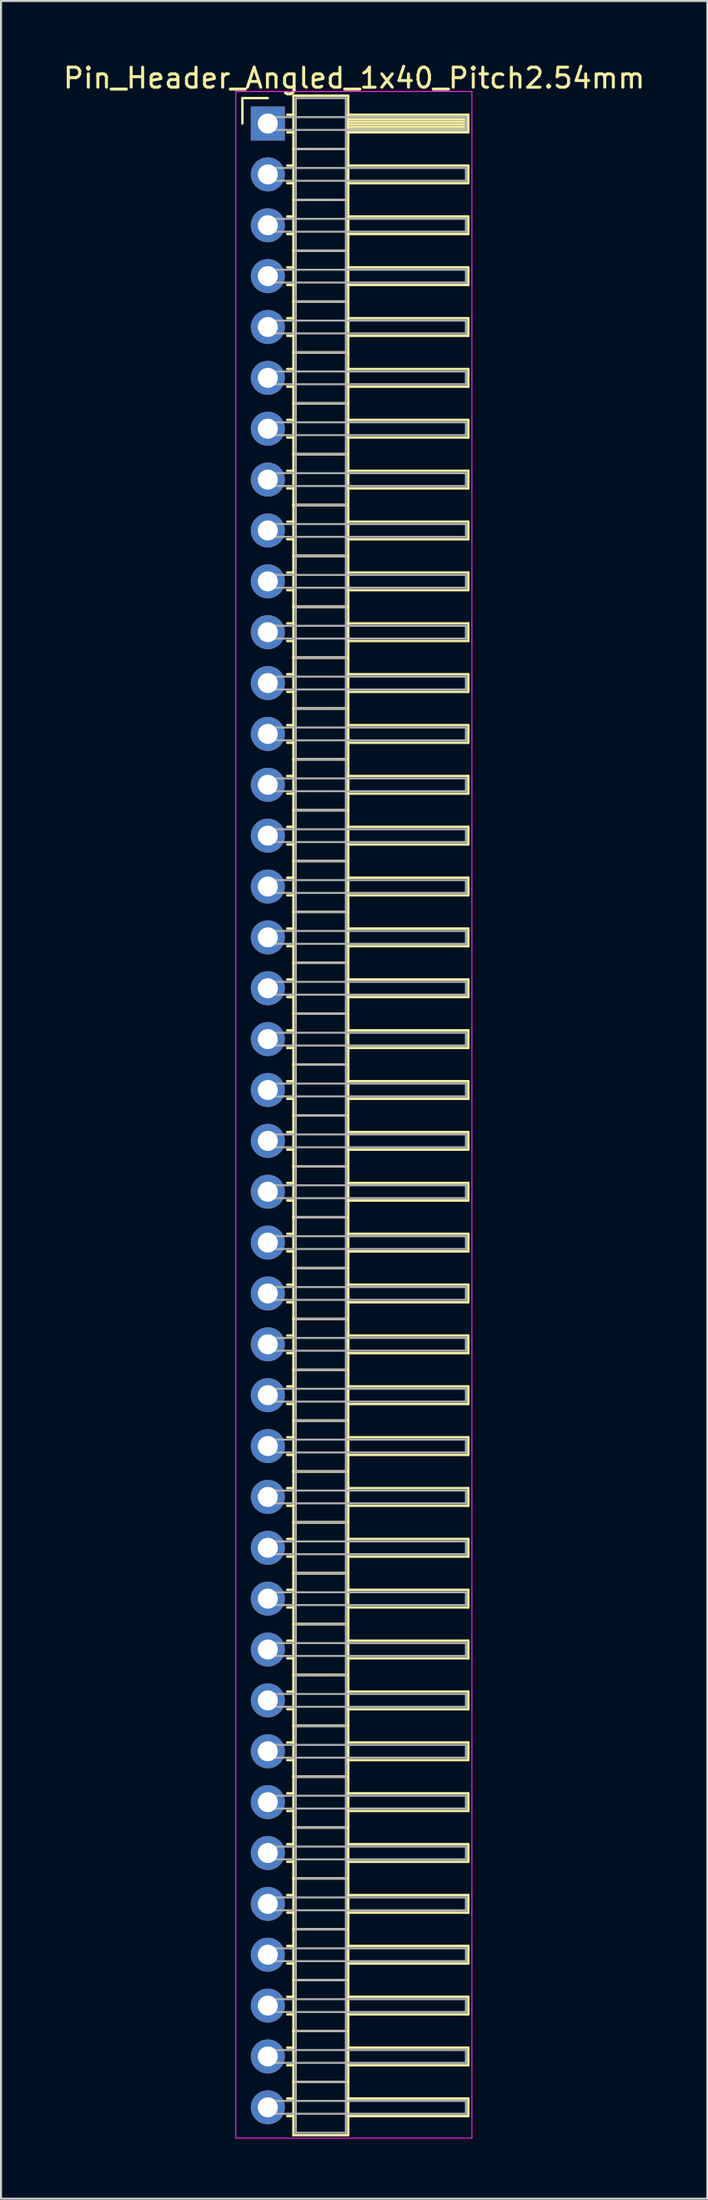
<source format=kicad_pcb>
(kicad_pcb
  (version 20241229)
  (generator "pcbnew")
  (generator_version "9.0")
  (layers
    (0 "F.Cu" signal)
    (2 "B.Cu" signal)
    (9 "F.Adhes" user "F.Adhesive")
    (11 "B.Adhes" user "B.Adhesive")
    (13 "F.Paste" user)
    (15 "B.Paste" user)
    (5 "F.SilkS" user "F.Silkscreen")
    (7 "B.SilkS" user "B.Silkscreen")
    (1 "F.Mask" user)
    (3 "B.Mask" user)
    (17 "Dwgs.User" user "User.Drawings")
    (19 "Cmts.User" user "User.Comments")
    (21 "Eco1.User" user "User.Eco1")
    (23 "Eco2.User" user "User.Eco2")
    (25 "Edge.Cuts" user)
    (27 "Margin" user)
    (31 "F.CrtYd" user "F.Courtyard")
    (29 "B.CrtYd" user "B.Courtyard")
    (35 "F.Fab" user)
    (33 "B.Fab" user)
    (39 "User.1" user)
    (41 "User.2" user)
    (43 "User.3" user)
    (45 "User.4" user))
  (footprint "Pin_Header_Angled_1x40_Pitch2.54mm"
    (layer "F.Cu")
    (at 10.334 3.118)
    (property "Reference" "Pin_Header_Angled_1x40_Pitch2.54mm" (at 4.315 -2.27 0) (layer "F.SilkS") (effects (font (size 1 1) (thickness 0.15))))
    (attr through_hole)
    (fp_line (start -1.27 -1.27) (end 0 -1.27) (stroke (width 0.12) (type solid)) (layer "F.SilkS"))
    (fp_line (start -1.27 0) (end -1.27 -1.27) (stroke (width 0.12) (type solid)) (layer "F.SilkS"))
    (fp_line (start 0.97 -0.44) (end 1.28 -0.44) (stroke (width 0.12) (type solid)) (layer "F.SilkS"))
    (fp_line (start 0.97 0.44) (end 1.28 0.44) (stroke (width 0.12) (type solid)) (layer "F.SilkS"))
    (fp_line (start 0.97 2.1) (end 1.28 2.1) (stroke (width 0.12) (type solid)) (layer "F.SilkS"))
    (fp_line (start 0.97 2.98) (end 1.28 2.98) (stroke (width 0.12) (type solid)) (layer "F.SilkS"))
    (fp_line (start 0.97 4.64) (end 1.28 4.64) (stroke (width 0.12) (type solid)) (layer "F.SilkS"))
    (fp_line (start 0.97 5.52) (end 1.28 5.52) (stroke (width 0.12) (type solid)) (layer "F.SilkS"))
    (fp_line (start 0.97 7.18) (end 1.28 7.18) (stroke (width 0.12) (type solid)) (layer "F.SilkS"))
    (fp_line (start 0.97 8.06) (end 1.28 8.06) (stroke (width 0.12) (type solid)) (layer "F.SilkS"))
    (fp_line (start 0.97 9.72) (end 1.28 9.72) (stroke (width 0.12) (type solid)) (layer "F.SilkS"))
    (fp_line (start 0.97 10.6) (end 1.28 10.6) (stroke (width 0.12) (type solid)) (layer "F.SilkS"))
    (fp_line (start 0.97 12.26) (end 1.28 12.26) (stroke (width 0.12) (type solid)) (layer "F.SilkS"))
    (fp_line (start 0.97 13.14) (end 1.28 13.14) (stroke (width 0.12) (type solid)) (layer "F.SilkS"))
    (fp_line (start 0.97 14.8) (end 1.28 14.8) (stroke (width 0.12) (type solid)) (layer "F.SilkS"))
    (fp_line (start 0.97 15.68) (end 1.28 15.68) (stroke (width 0.12) (type solid)) (layer "F.SilkS"))
    (fp_line (start 0.97 17.34) (end 1.28 17.34) (stroke (width 0.12) (type solid)) (layer "F.SilkS"))
    (fp_line (start 0.97 18.22) (end 1.28 18.22) (stroke (width 0.12) (type solid)) (layer "F.SilkS"))
    (fp_line (start 0.97 19.88) (end 1.28 19.88) (stroke (width 0.12) (type solid)) (layer "F.SilkS"))
    (fp_line (start 0.97 20.76) (end 1.28 20.76) (stroke (width 0.12) (type solid)) (layer "F.SilkS"))
    (fp_line (start 0.97 22.42) (end 1.28 22.42) (stroke (width 0.12) (type solid)) (layer "F.SilkS"))
    (fp_line (start 0.97 23.3) (end 1.28 23.3) (stroke (width 0.12) (type solid)) (layer "F.SilkS"))
    (fp_line (start 0.97 24.96) (end 1.28 24.96) (stroke (width 0.12) (type solid)) (layer "F.SilkS"))
    (fp_line (start 0.97 25.84) (end 1.28 25.84) (stroke (width 0.12) (type solid)) (layer "F.SilkS"))
    (fp_line (start 0.97 27.5) (end 1.28 27.5) (stroke (width 0.12) (type solid)) (layer "F.SilkS"))
    (fp_line (start 0.97 28.38) (end 1.28 28.38) (stroke (width 0.12) (type solid)) (layer "F.SilkS"))
    (fp_line (start 0.97 30.04) (end 1.28 30.04) (stroke (width 0.12) (type solid)) (layer "F.SilkS"))
    (fp_line (start 0.97 30.92) (end 1.28 30.92) (stroke (width 0.12) (type solid)) (layer "F.SilkS"))
    (fp_line (start 0.97 32.58) (end 1.28 32.58) (stroke (width 0.12) (type solid)) (layer "F.SilkS"))
    (fp_line (start 0.97 33.46) (end 1.28 33.46) (stroke (width 0.12) (type solid)) (layer "F.SilkS"))
    (fp_line (start 0.97 35.12) (end 1.28 35.12) (stroke (width 0.12) (type solid)) (layer "F.SilkS"))
    (fp_line (start 0.97 36) (end 1.28 36) (stroke (width 0.12) (type solid)) (layer "F.SilkS"))
    (fp_line (start 0.97 37.66) (end 1.28 37.66) (stroke (width 0.12) (type solid)) (layer "F.SilkS"))
    (fp_line (start 0.97 38.54) (end 1.28 38.54) (stroke (width 0.12) (type solid)) (layer "F.SilkS"))
    (fp_line (start 0.97 40.2) (end 1.28 40.2) (stroke (width 0.12) (type solid)) (layer "F.SilkS"))
    (fp_line (start 0.97 41.08) (end 1.28 41.08) (stroke (width 0.12) (type solid)) (layer "F.SilkS"))
    (fp_line (start 0.97 42.74) (end 1.28 42.74) (stroke (width 0.12) (type solid)) (layer "F.SilkS"))
    (fp_line (start 0.97 43.62) (end 1.28 43.62) (stroke (width 0.12) (type solid)) (layer "F.SilkS"))
    (fp_line (start 0.97 45.28) (end 1.28 45.28) (stroke (width 0.12) (type solid)) (layer "F.SilkS"))
    (fp_line (start 0.97 46.16) (end 1.28 46.16) (stroke (width 0.12) (type solid)) (layer "F.SilkS"))
    (fp_line (start 0.97 47.82) (end 1.28 47.82) (stroke (width 0.12) (type solid)) (layer "F.SilkS"))
    (fp_line (start 0.97 48.7) (end 1.28 48.7) (stroke (width 0.12) (type solid)) (layer "F.SilkS"))
    (fp_line (start 0.97 50.36) (end 1.28 50.36) (stroke (width 0.12) (type solid)) (layer "F.SilkS"))
    (fp_line (start 0.97 51.24) (end 1.28 51.24) (stroke (width 0.12) (type solid)) (layer "F.SilkS"))
    (fp_line (start 0.97 52.9) (end 1.28 52.9) (stroke (width 0.12) (type solid)) (layer "F.SilkS"))
    (fp_line (start 0.97 53.78) (end 1.28 53.78) (stroke (width 0.12) (type solid)) (layer "F.SilkS"))
    (fp_line (start 0.97 55.44) (end 1.28 55.44) (stroke (width 0.12) (type solid)) (layer "F.SilkS"))
    (fp_line (start 0.97 56.32) (end 1.28 56.32) (stroke (width 0.12) (type solid)) (layer "F.SilkS"))
    (fp_line (start 0.97 57.98) (end 1.28 57.98) (stroke (width 0.12) (type solid)) (layer "F.SilkS"))
    (fp_line (start 0.97 58.86) (end 1.28 58.86) (stroke (width 0.12) (type solid)) (layer "F.SilkS"))
    (fp_line (start 0.97 60.52) (end 1.28 60.52) (stroke (width 0.12) (type solid)) (layer "F.SilkS"))
    (fp_line (start 0.97 61.4) (end 1.28 61.4) (stroke (width 0.12) (type solid)) (layer "F.SilkS"))
    (fp_line (start 0.97 63.06) (end 1.28 63.06) (stroke (width 0.12) (type solid)) (layer "F.SilkS"))
    (fp_line (start 0.97 63.94) (end 1.28 63.94) (stroke (width 0.12) (type solid)) (layer "F.SilkS"))
    (fp_line (start 0.97 65.6) (end 1.28 65.6) (stroke (width 0.12) (type solid)) (layer "F.SilkS"))
    (fp_line (start 0.97 66.48) (end 1.28 66.48) (stroke (width 0.12) (type solid)) (layer "F.SilkS"))
    (fp_line (start 0.97 68.14) (end 1.28 68.14) (stroke (width 0.12) (type solid)) (layer "F.SilkS"))
    (fp_line (start 0.97 69.02) (end 1.28 69.02) (stroke (width 0.12) (type solid)) (layer "F.SilkS"))
    (fp_line (start 0.97 70.68) (end 1.28 70.68) (stroke (width 0.12) (type solid)) (layer "F.SilkS"))
    (fp_line (start 0.97 71.56) (end 1.28 71.56) (stroke (width 0.12) (type solid)) (layer "F.SilkS"))
    (fp_line (start 0.97 73.22) (end 1.28 73.22) (stroke (width 0.12) (type solid)) (layer "F.SilkS"))
    (fp_line (start 0.97 74.1) (end 1.28 74.1) (stroke (width 0.12) (type solid)) (layer "F.SilkS"))
    (fp_line (start 0.97 75.76) (end 1.28 75.76) (stroke (width 0.12) (type solid)) (layer "F.SilkS"))
    (fp_line (start 0.97 76.64) (end 1.28 76.64) (stroke (width 0.12) (type solid)) (layer "F.SilkS"))
    (fp_line (start 0.97 78.3) (end 1.28 78.3) (stroke (width 0.12) (type solid)) (layer "F.SilkS"))
    (fp_line (start 0.97 79.18) (end 1.28 79.18) (stroke (width 0.12) (type solid)) (layer "F.SilkS"))
    (fp_line (start 0.97 80.84) (end 1.28 80.84) (stroke (width 0.12) (type solid)) (layer "F.SilkS"))
    (fp_line (start 0.97 81.72) (end 1.28 81.72) (stroke (width 0.12) (type solid)) (layer "F.SilkS"))
    (fp_line (start 0.97 83.38) (end 1.28 83.38) (stroke (width 0.12) (type solid)) (layer "F.SilkS"))
    (fp_line (start 0.97 84.26) (end 1.28 84.26) (stroke (width 0.12) (type solid)) (layer "F.SilkS"))
    (fp_line (start 0.97 85.92) (end 1.28 85.92) (stroke (width 0.12) (type solid)) (layer "F.SilkS"))
    (fp_line (start 0.97 86.8) (end 1.28 86.8) (stroke (width 0.12) (type solid)) (layer "F.SilkS"))
    (fp_line (start 0.97 88.46) (end 1.28 88.46) (stroke (width 0.12) (type solid)) (layer "F.SilkS"))
    (fp_line (start 0.97 89.34) (end 1.28 89.34) (stroke (width 0.12) (type solid)) (layer "F.SilkS"))
    (fp_line (start 0.97 91) (end 1.28 91) (stroke (width 0.12) (type solid)) (layer "F.SilkS"))
    (fp_line (start 0.97 91.88) (end 1.28 91.88) (stroke (width 0.12) (type solid)) (layer "F.SilkS"))
    (fp_line (start 0.97 93.54) (end 1.28 93.54) (stroke (width 0.12) (type solid)) (layer "F.SilkS"))
    (fp_line (start 0.97 94.42) (end 1.28 94.42) (stroke (width 0.12) (type solid)) (layer "F.SilkS"))
    (fp_line (start 0.97 96.08) (end 1.28 96.08) (stroke (width 0.12) (type solid)) (layer "F.SilkS"))
    (fp_line (start 0.97 96.96) (end 1.28 96.96) (stroke (width 0.12) (type solid)) (layer "F.SilkS"))
    (fp_line (start 0.97 98.62) (end 1.28 98.62) (stroke (width 0.12) (type solid)) (layer "F.SilkS"))
    (fp_line (start 0.97 99.5) (end 1.28 99.5) (stroke (width 0.12) (type solid)) (layer "F.SilkS"))
    (fp_line (start 1.28 -1.39) (end 1.28 1.27) (stroke (width 0.12) (type solid)) (layer "F.SilkS"))
    (fp_line (start 1.28 1.27) (end 1.28 3.81) (stroke (width 0.12) (type solid)) (layer "F.SilkS"))
    (fp_line (start 1.28 1.27) (end 4.02 1.27) (stroke (width 0.12) (type solid)) (layer "F.SilkS"))
    (fp_line (start 1.28 3.81) (end 1.28 6.35) (stroke (width 0.12) (type solid)) (layer "F.SilkS"))
    (fp_line (start 1.28 3.81) (end 4.02 3.81) (stroke (width 0.12) (type solid)) (layer "F.SilkS"))
    (fp_line (start 1.28 6.35) (end 1.28 8.89) (stroke (width 0.12) (type solid)) (layer "F.SilkS"))
    (fp_line (start 1.28 6.35) (end 4.02 6.35) (stroke (width 0.12) (type solid)) (layer "F.SilkS"))
    (fp_line (start 1.28 8.89) (end 1.28 11.43) (stroke (width 0.12) (type solid)) (layer "F.SilkS"))
    (fp_line (start 1.28 8.89) (end 4.02 8.89) (stroke (width 0.12) (type solid)) (layer "F.SilkS"))
    (fp_line (start 1.28 11.43) (end 1.28 13.97) (stroke (width 0.12) (type solid)) (layer "F.SilkS"))
    (fp_line (start 1.28 11.43) (end 4.02 11.43) (stroke (width 0.12) (type solid)) (layer "F.SilkS"))
    (fp_line (start 1.28 13.97) (end 1.28 16.51) (stroke (width 0.12) (type solid)) (layer "F.SilkS"))
    (fp_line (start 1.28 13.97) (end 4.02 13.97) (stroke (width 0.12) (type solid)) (layer "F.SilkS"))
    (fp_line (start 1.28 16.51) (end 1.28 19.05) (stroke (width 0.12) (type solid)) (layer "F.SilkS"))
    (fp_line (start 1.28 16.51) (end 4.02 16.51) (stroke (width 0.12) (type solid)) (layer "F.SilkS"))
    (fp_line (start 1.28 19.05) (end 1.28 21.59) (stroke (width 0.12) (type solid)) (layer "F.SilkS"))
    (fp_line (start 1.28 19.05) (end 4.02 19.05) (stroke (width 0.12) (type solid)) (layer "F.SilkS"))
    (fp_line (start 1.28 21.59) (end 1.28 24.13) (stroke (width 0.12) (type solid)) (layer "F.SilkS"))
    (fp_line (start 1.28 21.59) (end 4.02 21.59) (stroke (width 0.12) (type solid)) (layer "F.SilkS"))
    (fp_line (start 1.28 24.13) (end 1.28 26.67) (stroke (width 0.12) (type solid)) (layer "F.SilkS"))
    (fp_line (start 1.28 24.13) (end 4.02 24.13) (stroke (width 0.12) (type solid)) (layer "F.SilkS"))
    (fp_line (start 1.28 26.67) (end 1.28 29.21) (stroke (width 0.12) (type solid)) (layer "F.SilkS"))
    (fp_line (start 1.28 26.67) (end 4.02 26.67) (stroke (width 0.12) (type solid)) (layer "F.SilkS"))
    (fp_line (start 1.28 29.21) (end 1.28 31.75) (stroke (width 0.12) (type solid)) (layer "F.SilkS"))
    (fp_line (start 1.28 29.21) (end 4.02 29.21) (stroke (width 0.12) (type solid)) (layer "F.SilkS"))
    (fp_line (start 1.28 31.75) (end 1.28 34.29) (stroke (width 0.12) (type solid)) (layer "F.SilkS"))
    (fp_line (start 1.28 31.75) (end 4.02 31.75) (stroke (width 0.12) (type solid)) (layer "F.SilkS"))
    (fp_line (start 1.28 34.29) (end 1.28 36.83) (stroke (width 0.12) (type solid)) (layer "F.SilkS"))
    (fp_line (start 1.28 34.29) (end 4.02 34.29) (stroke (width 0.12) (type solid)) (layer "F.SilkS"))
    (fp_line (start 1.28 36.83) (end 1.28 39.37) (stroke (width 0.12) (type solid)) (layer "F.SilkS"))
    (fp_line (start 1.28 36.83) (end 4.02 36.83) (stroke (width 0.12) (type solid)) (layer "F.SilkS"))
    (fp_line (start 1.28 39.37) (end 1.28 41.91) (stroke (width 0.12) (type solid)) (layer "F.SilkS"))
    (fp_line (start 1.28 39.37) (end 4.02 39.37) (stroke (width 0.12) (type solid)) (layer "F.SilkS"))
    (fp_line (start 1.28 41.91) (end 1.28 44.45) (stroke (width 0.12) (type solid)) (layer "F.SilkS"))
    (fp_line (start 1.28 41.91) (end 4.02 41.91) (stroke (width 0.12) (type solid)) (layer "F.SilkS"))
    (fp_line (start 1.28 44.45) (end 1.28 46.99) (stroke (width 0.12) (type solid)) (layer "F.SilkS"))
    (fp_line (start 1.28 44.45) (end 4.02 44.45) (stroke (width 0.12) (type solid)) (layer "F.SilkS"))
    (fp_line (start 1.28 46.99) (end 1.28 49.53) (stroke (width 0.12) (type solid)) (layer "F.SilkS"))
    (fp_line (start 1.28 46.99) (end 4.02 46.99) (stroke (width 0.12) (type solid)) (layer "F.SilkS"))
    (fp_line (start 1.28 49.53) (end 1.28 52.07) (stroke (width 0.12) (type solid)) (layer "F.SilkS"))
    (fp_line (start 1.28 49.53) (end 4.02 49.53) (stroke (width 0.12) (type solid)) (layer "F.SilkS"))
    (fp_line (start 1.28 52.07) (end 1.28 54.61) (stroke (width 0.12) (type solid)) (layer "F.SilkS"))
    (fp_line (start 1.28 52.07) (end 4.02 52.07) (stroke (width 0.12) (type solid)) (layer "F.SilkS"))
    (fp_line (start 1.28 54.61) (end 1.28 57.15) (stroke (width 0.12) (type solid)) (layer "F.SilkS"))
    (fp_line (start 1.28 54.61) (end 4.02 54.61) (stroke (width 0.12) (type solid)) (layer "F.SilkS"))
    (fp_line (start 1.28 57.15) (end 1.28 59.69) (stroke (width 0.12) (type solid)) (layer "F.SilkS"))
    (fp_line (start 1.28 57.15) (end 4.02 57.15) (stroke (width 0.12) (type solid)) (layer "F.SilkS"))
    (fp_line (start 1.28 59.69) (end 1.28 62.23) (stroke (width 0.12) (type solid)) (layer "F.SilkS"))
    (fp_line (start 1.28 59.69) (end 4.02 59.69) (stroke (width 0.12) (type solid)) (layer "F.SilkS"))
    (fp_line (start 1.28 62.23) (end 1.28 64.77) (stroke (width 0.12) (type solid)) (layer "F.SilkS"))
    (fp_line (start 1.28 62.23) (end 4.02 62.23) (stroke (width 0.12) (type solid)) (layer "F.SilkS"))
    (fp_line (start 1.28 64.77) (end 1.28 67.31) (stroke (width 0.12) (type solid)) (layer "F.SilkS"))
    (fp_line (start 1.28 64.77) (end 4.02 64.77) (stroke (width 0.12) (type solid)) (layer "F.SilkS"))
    (fp_line (start 1.28 67.31) (end 1.28 69.85) (stroke (width 0.12) (type solid)) (layer "F.SilkS"))
    (fp_line (start 1.28 67.31) (end 4.02 67.31) (stroke (width 0.12) (type solid)) (layer "F.SilkS"))
    (fp_line (start 1.28 69.85) (end 1.28 72.39) (stroke (width 0.12) (type solid)) (layer "F.SilkS"))
    (fp_line (start 1.28 69.85) (end 4.02 69.85) (stroke (width 0.12) (type solid)) (layer "F.SilkS"))
    (fp_line (start 1.28 72.39) (end 1.28 74.93) (stroke (width 0.12) (type solid)) (layer "F.SilkS"))
    (fp_line (start 1.28 72.39) (end 4.02 72.39) (stroke (width 0.12) (type solid)) (layer "F.SilkS"))
    (fp_line (start 1.28 74.93) (end 1.28 77.47) (stroke (width 0.12) (type solid)) (layer "F.SilkS"))
    (fp_line (start 1.28 74.93) (end 4.02 74.93) (stroke (width 0.12) (type solid)) (layer "F.SilkS"))
    (fp_line (start 1.28 77.47) (end 1.28 80.01) (stroke (width 0.12) (type solid)) (layer "F.SilkS"))
    (fp_line (start 1.28 77.47) (end 4.02 77.47) (stroke (width 0.12) (type solid)) (layer "F.SilkS"))
    (fp_line (start 1.28 80.01) (end 1.28 82.55) (stroke (width 0.12) (type solid)) (layer "F.SilkS"))
    (fp_line (start 1.28 80.01) (end 4.02 80.01) (stroke (width 0.12) (type solid)) (layer "F.SilkS"))
    (fp_line (start 1.28 82.55) (end 1.28 85.09) (stroke (width 0.12) (type solid)) (layer "F.SilkS"))
    (fp_line (start 1.28 82.55) (end 4.02 82.55) (stroke (width 0.12) (type solid)) (layer "F.SilkS"))
    (fp_line (start 1.28 85.09) (end 1.28 87.63) (stroke (width 0.12) (type solid)) (layer "F.SilkS"))
    (fp_line (start 1.28 85.09) (end 4.02 85.09) (stroke (width 0.12) (type solid)) (layer "F.SilkS"))
    (fp_line (start 1.28 87.63) (end 1.28 90.17) (stroke (width 0.12) (type solid)) (layer "F.SilkS"))
    (fp_line (start 1.28 87.63) (end 4.02 87.63) (stroke (width 0.12) (type solid)) (layer "F.SilkS"))
    (fp_line (start 1.28 90.17) (end 1.28 92.71) (stroke (width 0.12) (type solid)) (layer "F.SilkS"))
    (fp_line (start 1.28 90.17) (end 4.02 90.17) (stroke (width 0.12) (type solid)) (layer "F.SilkS"))
    (fp_line (start 1.28 92.71) (end 1.28 95.25) (stroke (width 0.12) (type solid)) (layer "F.SilkS"))
    (fp_line (start 1.28 92.71) (end 4.02 92.71) (stroke (width 0.12) (type solid)) (layer "F.SilkS"))
    (fp_line (start 1.28 95.25) (end 1.28 97.79) (stroke (width 0.12) (type solid)) (layer "F.SilkS"))
    (fp_line (start 1.28 95.25) (end 4.02 95.25) (stroke (width 0.12) (type solid)) (layer "F.SilkS"))
    (fp_line (start 1.28 97.79) (end 1.28 100.45) (stroke (width 0.12) (type solid)) (layer "F.SilkS"))
    (fp_line (start 1.28 97.79) (end 4.02 97.79) (stroke (width 0.12) (type solid)) (layer "F.SilkS"))
    (fp_line (start 1.28 100.45) (end 4.02 100.45) (stroke (width 0.12) (type solid)) (layer "F.SilkS"))
    (fp_line (start 4.02 -1.39) (end 1.28 -1.39) (stroke (width 0.12) (type solid)) (layer "F.SilkS"))
    (fp_line (start 4.02 -0.44) (end 4.02 0.44) (stroke (width 0.12) (type solid)) (layer "F.SilkS"))
    (fp_line (start 4.02 -0.32) (end 10.02 -0.32) (stroke (width 0.12) (type solid)) (layer "F.SilkS"))
    (fp_line (start 4.02 -0.2) (end 10.02 -0.2) (stroke (width 0.12) (type solid)) (layer "F.SilkS"))
    (fp_line (start 4.02 -0.08) (end 10.02 -0.08) (stroke (width 0.12) (type solid)) (layer "F.SilkS"))
    (fp_line (start 4.02 0.04) (end 10.02 0.04) (stroke (width 0.12) (type solid)) (layer "F.SilkS"))
    (fp_line (start 4.02 0.16) (end 10.02 0.16) (stroke (width 0.12) (type solid)) (layer "F.SilkS"))
    (fp_line (start 4.02 0.28) (end 10.02 0.28) (stroke (width 0.12) (type solid)) (layer "F.SilkS"))
    (fp_line (start 4.02 0.4) (end 10.02 0.4) (stroke (width 0.12) (type solid)) (layer "F.SilkS"))
    (fp_line (start 4.02 0.44) (end 10.02 0.44) (stroke (width 0.12) (type solid)) (layer "F.SilkS"))
    (fp_line (start 4.02 1.27) (end 1.28 1.27) (stroke (width 0.12) (type solid)) (layer "F.SilkS"))
    (fp_line (start 4.02 1.27) (end 4.02 -1.39) (stroke (width 0.12) (type solid)) (layer "F.SilkS"))
    (fp_line (start 4.02 2.1) (end 4.02 2.98) (stroke (width 0.12) (type solid)) (layer "F.SilkS"))
    (fp_line (start 4.02 2.98) (end 10.02 2.98) (stroke (width 0.12) (type solid)) (layer "F.SilkS"))
    (fp_line (start 4.02 3.81) (end 1.28 3.81) (stroke (width 0.12) (type solid)) (layer "F.SilkS"))
    (fp_line (start 4.02 3.81) (end 4.02 1.27) (stroke (width 0.12) (type solid)) (layer "F.SilkS"))
    (fp_line (start 4.02 4.64) (end 4.02 5.52) (stroke (width 0.12) (type solid)) (layer "F.SilkS"))
    (fp_line (start 4.02 5.52) (end 10.02 5.52) (stroke (width 0.12) (type solid)) (layer "F.SilkS"))
    (fp_line (start 4.02 6.35) (end 1.28 6.35) (stroke (width 0.12) (type solid)) (layer "F.SilkS"))
    (fp_line (start 4.02 6.35) (end 4.02 3.81) (stroke (width 0.12) (type solid)) (layer "F.SilkS"))
    (fp_line (start 4.02 7.18) (end 4.02 8.06) (stroke (width 0.12) (type solid)) (layer "F.SilkS"))
    (fp_line (start 4.02 8.06) (end 10.02 8.06) (stroke (width 0.12) (type solid)) (layer "F.SilkS"))
    (fp_line (start 4.02 8.89) (end 1.28 8.89) (stroke (width 0.12) (type solid)) (layer "F.SilkS"))
    (fp_line (start 4.02 8.89) (end 4.02 6.35) (stroke (width 0.12) (type solid)) (layer "F.SilkS"))
    (fp_line (start 4.02 9.72) (end 4.02 10.6) (stroke (width 0.12) (type solid)) (layer "F.SilkS"))
    (fp_line (start 4.02 10.6) (end 10.02 10.6) (stroke (width 0.12) (type solid)) (layer "F.SilkS"))
    (fp_line (start 4.02 11.43) (end 1.28 11.43) (stroke (width 0.12) (type solid)) (layer "F.SilkS"))
    (fp_line (start 4.02 11.43) (end 4.02 8.89) (stroke (width 0.12) (type solid)) (layer "F.SilkS"))
    (fp_line (start 4.02 12.26) (end 4.02 13.14) (stroke (width 0.12) (type solid)) (layer "F.SilkS"))
    (fp_line (start 4.02 13.14) (end 10.02 13.14) (stroke (width 0.12) (type solid)) (layer "F.SilkS"))
    (fp_line (start 4.02 13.97) (end 1.28 13.97) (stroke (width 0.12) (type solid)) (layer "F.SilkS"))
    (fp_line (start 4.02 13.97) (end 4.02 11.43) (stroke (width 0.12) (type solid)) (layer "F.SilkS"))
    (fp_line (start 4.02 14.8) (end 4.02 15.68) (stroke (width 0.12) (type solid)) (layer "F.SilkS"))
    (fp_line (start 4.02 15.68) (end 10.02 15.68) (stroke (width 0.12) (type solid)) (layer "F.SilkS"))
    (fp_line (start 4.02 16.51) (end 1.28 16.51) (stroke (width 0.12) (type solid)) (layer "F.SilkS"))
    (fp_line (start 4.02 16.51) (end 4.02 13.97) (stroke (width 0.12) (type solid)) (layer "F.SilkS"))
    (fp_line (start 4.02 17.34) (end 4.02 18.22) (stroke (width 0.12) (type solid)) (layer "F.SilkS"))
    (fp_line (start 4.02 18.22) (end 10.02 18.22) (stroke (width 0.12) (type solid)) (layer "F.SilkS"))
    (fp_line (start 4.02 19.05) (end 1.28 19.05) (stroke (width 0.12) (type solid)) (layer "F.SilkS"))
    (fp_line (start 4.02 19.05) (end 4.02 16.51) (stroke (width 0.12) (type solid)) (layer "F.SilkS"))
    (fp_line (start 4.02 19.88) (end 4.02 20.76) (stroke (width 0.12) (type solid)) (layer "F.SilkS"))
    (fp_line (start 4.02 20.76) (end 10.02 20.76) (stroke (width 0.12) (type solid)) (layer "F.SilkS"))
    (fp_line (start 4.02 21.59) (end 1.28 21.59) (stroke (width 0.12) (type solid)) (layer "F.SilkS"))
    (fp_line (start 4.02 21.59) (end 4.02 19.05) (stroke (width 0.12) (type solid)) (layer "F.SilkS"))
    (fp_line (start 4.02 22.42) (end 4.02 23.3) (stroke (width 0.12) (type solid)) (layer "F.SilkS"))
    (fp_line (start 4.02 23.3) (end 10.02 23.3) (stroke (width 0.12) (type solid)) (layer "F.SilkS"))
    (fp_line (start 4.02 24.13) (end 1.28 24.13) (stroke (width 0.12) (type solid)) (layer "F.SilkS"))
    (fp_line (start 4.02 24.13) (end 4.02 21.59) (stroke (width 0.12) (type solid)) (layer "F.SilkS"))
    (fp_line (start 4.02 24.96) (end 4.02 25.84) (stroke (width 0.12) (type solid)) (layer "F.SilkS"))
    (fp_line (start 4.02 25.84) (end 10.02 25.84) (stroke (width 0.12) (type solid)) (layer "F.SilkS"))
    (fp_line (start 4.02 26.67) (end 1.28 26.67) (stroke (width 0.12) (type solid)) (layer "F.SilkS"))
    (fp_line (start 4.02 26.67) (end 4.02 24.13) (stroke (width 0.12) (type solid)) (layer "F.SilkS"))
    (fp_line (start 4.02 27.5) (end 4.02 28.38) (stroke (width 0.12) (type solid)) (layer "F.SilkS"))
    (fp_line (start 4.02 28.38) (end 10.02 28.38) (stroke (width 0.12) (type solid)) (layer "F.SilkS"))
    (fp_line (start 4.02 29.21) (end 1.28 29.21) (stroke (width 0.12) (type solid)) (layer "F.SilkS"))
    (fp_line (start 4.02 29.21) (end 4.02 26.67) (stroke (width 0.12) (type solid)) (layer "F.SilkS"))
    (fp_line (start 4.02 30.04) (end 4.02 30.92) (stroke (width 0.12) (type solid)) (layer "F.SilkS"))
    (fp_line (start 4.02 30.92) (end 10.02 30.92) (stroke (width 0.12) (type solid)) (layer "F.SilkS"))
    (fp_line (start 4.02 31.75) (end 1.28 31.75) (stroke (width 0.12) (type solid)) (layer "F.SilkS"))
    (fp_line (start 4.02 31.75) (end 4.02 29.21) (stroke (width 0.12) (type solid)) (layer "F.SilkS"))
    (fp_line (start 4.02 32.58) (end 4.02 33.46) (stroke (width 0.12) (type solid)) (layer "F.SilkS"))
    (fp_line (start 4.02 33.46) (end 10.02 33.46) (stroke (width 0.12) (type solid)) (layer "F.SilkS"))
    (fp_line (start 4.02 34.29) (end 1.28 34.29) (stroke (width 0.12) (type solid)) (layer "F.SilkS"))
    (fp_line (start 4.02 34.29) (end 4.02 31.75) (stroke (width 0.12) (type solid)) (layer "F.SilkS"))
    (fp_line (start 4.02 35.12) (end 4.02 36) (stroke (width 0.12) (type solid)) (layer "F.SilkS"))
    (fp_line (start 4.02 36) (end 10.02 36) (stroke (width 0.12) (type solid)) (layer "F.SilkS"))
    (fp_line (start 4.02 36.83) (end 1.28 36.83) (stroke (width 0.12) (type solid)) (layer "F.SilkS"))
    (fp_line (start 4.02 36.83) (end 4.02 34.29) (stroke (width 0.12) (type solid)) (layer "F.SilkS"))
    (fp_line (start 4.02 37.66) (end 4.02 38.54) (stroke (width 0.12) (type solid)) (layer "F.SilkS"))
    (fp_line (start 4.02 38.54) (end 10.02 38.54) (stroke (width 0.12) (type solid)) (layer "F.SilkS"))
    (fp_line (start 4.02 39.37) (end 1.28 39.37) (stroke (width 0.12) (type solid)) (layer "F.SilkS"))
    (fp_line (start 4.02 39.37) (end 4.02 36.83) (stroke (width 0.12) (type solid)) (layer "F.SilkS"))
    (fp_line (start 4.02 40.2) (end 4.02 41.08) (stroke (width 0.12) (type solid)) (layer "F.SilkS"))
    (fp_line (start 4.02 41.08) (end 10.02 41.08) (stroke (width 0.12) (type solid)) (layer "F.SilkS"))
    (fp_line (start 4.02 41.91) (end 1.28 41.91) (stroke (width 0.12) (type solid)) (layer "F.SilkS"))
    (fp_line (start 4.02 41.91) (end 4.02 39.37) (stroke (width 0.12) (type solid)) (layer "F.SilkS"))
    (fp_line (start 4.02 42.74) (end 4.02 43.62) (stroke (width 0.12) (type solid)) (layer "F.SilkS"))
    (fp_line (start 4.02 43.62) (end 10.02 43.62) (stroke (width 0.12) (type solid)) (layer "F.SilkS"))
    (fp_line (start 4.02 44.45) (end 1.28 44.45) (stroke (width 0.12) (type solid)) (layer "F.SilkS"))
    (fp_line (start 4.02 44.45) (end 4.02 41.91) (stroke (width 0.12) (type solid)) (layer "F.SilkS"))
    (fp_line (start 4.02 45.28) (end 4.02 46.16) (stroke (width 0.12) (type solid)) (layer "F.SilkS"))
    (fp_line (start 4.02 46.16) (end 10.02 46.16) (stroke (width 0.12) (type solid)) (layer "F.SilkS"))
    (fp_line (start 4.02 46.99) (end 1.28 46.99) (stroke (width 0.12) (type solid)) (layer "F.SilkS"))
    (fp_line (start 4.02 46.99) (end 4.02 44.45) (stroke (width 0.12) (type solid)) (layer "F.SilkS"))
    (fp_line (start 4.02 47.82) (end 4.02 48.7) (stroke (width 0.12) (type solid)) (layer "F.SilkS"))
    (fp_line (start 4.02 48.7) (end 10.02 48.7) (stroke (width 0.12) (type solid)) (layer "F.SilkS"))
    (fp_line (start 4.02 49.53) (end 1.28 49.53) (stroke (width 0.12) (type solid)) (layer "F.SilkS"))
    (fp_line (start 4.02 49.53) (end 4.02 46.99) (stroke (width 0.12) (type solid)) (layer "F.SilkS"))
    (fp_line (start 4.02 50.36) (end 4.02 51.24) (stroke (width 0.12) (type solid)) (layer "F.SilkS"))
    (fp_line (start 4.02 51.24) (end 10.02 51.24) (stroke (width 0.12) (type solid)) (layer "F.SilkS"))
    (fp_line (start 4.02 52.07) (end 1.28 52.07) (stroke (width 0.12) (type solid)) (layer "F.SilkS"))
    (fp_line (start 4.02 52.07) (end 4.02 49.53) (stroke (width 0.12) (type solid)) (layer "F.SilkS"))
    (fp_line (start 4.02 52.9) (end 4.02 53.78) (stroke (width 0.12) (type solid)) (layer "F.SilkS"))
    (fp_line (start 4.02 53.78) (end 10.02 53.78) (stroke (width 0.12) (type solid)) (layer "F.SilkS"))
    (fp_line (start 4.02 54.61) (end 1.28 54.61) (stroke (width 0.12) (type solid)) (layer "F.SilkS"))
    (fp_line (start 4.02 54.61) (end 4.02 52.07) (stroke (width 0.12) (type solid)) (layer "F.SilkS"))
    (fp_line (start 4.02 55.44) (end 4.02 56.32) (stroke (width 0.12) (type solid)) (layer "F.SilkS"))
    (fp_line (start 4.02 56.32) (end 10.02 56.32) (stroke (width 0.12) (type solid)) (layer "F.SilkS"))
    (fp_line (start 4.02 57.15) (end 1.28 57.15) (stroke (width 0.12) (type solid)) (layer "F.SilkS"))
    (fp_line (start 4.02 57.15) (end 4.02 54.61) (stroke (width 0.12) (type solid)) (layer "F.SilkS"))
    (fp_line (start 4.02 57.98) (end 4.02 58.86) (stroke (width 0.12) (type solid)) (layer "F.SilkS"))
    (fp_line (start 4.02 58.86) (end 10.02 58.86) (stroke (width 0.12) (type solid)) (layer "F.SilkS"))
    (fp_line (start 4.02 59.69) (end 1.28 59.69) (stroke (width 0.12) (type solid)) (layer "F.SilkS"))
    (fp_line (start 4.02 59.69) (end 4.02 57.15) (stroke (width 0.12) (type solid)) (layer "F.SilkS"))
    (fp_line (start 4.02 60.52) (end 4.02 61.4) (stroke (width 0.12) (type solid)) (layer "F.SilkS"))
    (fp_line (start 4.02 61.4) (end 10.02 61.4) (stroke (width 0.12) (type solid)) (layer "F.SilkS"))
    (fp_line (start 4.02 62.23) (end 1.28 62.23) (stroke (width 0.12) (type solid)) (layer "F.SilkS"))
    (fp_line (start 4.02 62.23) (end 4.02 59.69) (stroke (width 0.12) (type solid)) (layer "F.SilkS"))
    (fp_line (start 4.02 63.06) (end 4.02 63.94) (stroke (width 0.12) (type solid)) (layer "F.SilkS"))
    (fp_line (start 4.02 63.94) (end 10.02 63.94) (stroke (width 0.12) (type solid)) (layer "F.SilkS"))
    (fp_line (start 4.02 64.77) (end 1.28 64.77) (stroke (width 0.12) (type solid)) (layer "F.SilkS"))
    (fp_line (start 4.02 64.77) (end 4.02 62.23) (stroke (width 0.12) (type solid)) (layer "F.SilkS"))
    (fp_line (start 4.02 65.6) (end 4.02 66.48) (stroke (width 0.12) (type solid)) (layer "F.SilkS"))
    (fp_line (start 4.02 66.48) (end 10.02 66.48) (stroke (width 0.12) (type solid)) (layer "F.SilkS"))
    (fp_line (start 4.02 67.31) (end 1.28 67.31) (stroke (width 0.12) (type solid)) (layer "F.SilkS"))
    (fp_line (start 4.02 67.31) (end 4.02 64.77) (stroke (width 0.12) (type solid)) (layer "F.SilkS"))
    (fp_line (start 4.02 68.14) (end 4.02 69.02) (stroke (width 0.12) (type solid)) (layer "F.SilkS"))
    (fp_line (start 4.02 69.02) (end 10.02 69.02) (stroke (width 0.12) (type solid)) (layer "F.SilkS"))
    (fp_line (start 4.02 69.85) (end 1.28 69.85) (stroke (width 0.12) (type solid)) (layer "F.SilkS"))
    (fp_line (start 4.02 69.85) (end 4.02 67.31) (stroke (width 0.12) (type solid)) (layer "F.SilkS"))
    (fp_line (start 4.02 70.68) (end 4.02 71.56) (stroke (width 0.12) (type solid)) (layer "F.SilkS"))
    (fp_line (start 4.02 71.56) (end 10.02 71.56) (stroke (width 0.12) (type solid)) (layer "F.SilkS"))
    (fp_line (start 4.02 72.39) (end 1.28 72.39) (stroke (width 0.12) (type solid)) (layer "F.SilkS"))
    (fp_line (start 4.02 72.39) (end 4.02 69.85) (stroke (width 0.12) (type solid)) (layer "F.SilkS"))
    (fp_line (start 4.02 73.22) (end 4.02 74.1) (stroke (width 0.12) (type solid)) (layer "F.SilkS"))
    (fp_line (start 4.02 74.1) (end 10.02 74.1) (stroke (width 0.12) (type solid)) (layer "F.SilkS"))
    (fp_line (start 4.02 74.93) (end 1.28 74.93) (stroke (width 0.12) (type solid)) (layer "F.SilkS"))
    (fp_line (start 4.02 74.93) (end 4.02 72.39) (stroke (width 0.12) (type solid)) (layer "F.SilkS"))
    (fp_line (start 4.02 75.76) (end 4.02 76.64) (stroke (width 0.12) (type solid)) (layer "F.SilkS"))
    (fp_line (start 4.02 76.64) (end 10.02 76.64) (stroke (width 0.12) (type solid)) (layer "F.SilkS"))
    (fp_line (start 4.02 77.47) (end 1.28 77.47) (stroke (width 0.12) (type solid)) (layer "F.SilkS"))
    (fp_line (start 4.02 77.47) (end 4.02 74.93) (stroke (width 0.12) (type solid)) (layer "F.SilkS"))
    (fp_line (start 4.02 78.3) (end 4.02 79.18) (stroke (width 0.12) (type solid)) (layer "F.SilkS"))
    (fp_line (start 4.02 79.18) (end 10.02 79.18) (stroke (width 0.12) (type solid)) (layer "F.SilkS"))
    (fp_line (start 4.02 80.01) (end 1.28 80.01) (stroke (width 0.12) (type solid)) (layer "F.SilkS"))
    (fp_line (start 4.02 80.01) (end 4.02 77.47) (stroke (width 0.12) (type solid)) (layer "F.SilkS"))
    (fp_line (start 4.02 80.84) (end 4.02 81.72) (stroke (width 0.12) (type solid)) (layer "F.SilkS"))
    (fp_line (start 4.02 81.72) (end 10.02 81.72) (stroke (width 0.12) (type solid)) (layer "F.SilkS"))
    (fp_line (start 4.02 82.55) (end 1.28 82.55) (stroke (width 0.12) (type solid)) (layer "F.SilkS"))
    (fp_line (start 4.02 82.55) (end 4.02 80.01) (stroke (width 0.12) (type solid)) (layer "F.SilkS"))
    (fp_line (start 4.02 83.38) (end 4.02 84.26) (stroke (width 0.12) (type solid)) (layer "F.SilkS"))
    (fp_line (start 4.02 84.26) (end 10.02 84.26) (stroke (width 0.12) (type solid)) (layer "F.SilkS"))
    (fp_line (start 4.02 85.09) (end 1.28 85.09) (stroke (width 0.12) (type solid)) (layer "F.SilkS"))
    (fp_line (start 4.02 85.09) (end 4.02 82.55) (stroke (width 0.12) (type solid)) (layer "F.SilkS"))
    (fp_line (start 4.02 85.92) (end 4.02 86.8) (stroke (width 0.12) (type solid)) (layer "F.SilkS"))
    (fp_line (start 4.02 86.8) (end 10.02 86.8) (stroke (width 0.12) (type solid)) (layer "F.SilkS"))
    (fp_line (start 4.02 87.63) (end 1.28 87.63) (stroke (width 0.12) (type solid)) (layer "F.SilkS"))
    (fp_line (start 4.02 87.63) (end 4.02 85.09) (stroke (width 0.12) (type solid)) (layer "F.SilkS"))
    (fp_line (start 4.02 88.46) (end 4.02 89.34) (stroke (width 0.12) (type solid)) (layer "F.SilkS"))
    (fp_line (start 4.02 89.34) (end 10.02 89.34) (stroke (width 0.12) (type solid)) (layer "F.SilkS"))
    (fp_line (start 4.02 90.17) (end 1.28 90.17) (stroke (width 0.12) (type solid)) (layer "F.SilkS"))
    (fp_line (start 4.02 90.17) (end 4.02 87.63) (stroke (width 0.12) (type solid)) (layer "F.SilkS"))
    (fp_line (start 4.02 91) (end 4.02 91.88) (stroke (width 0.12) (type solid)) (layer "F.SilkS"))
    (fp_line (start 4.02 91.88) (end 10.02 91.88) (stroke (width 0.12) (type solid)) (layer "F.SilkS"))
    (fp_line (start 4.02 92.71) (end 1.28 92.71) (stroke (width 0.12) (type solid)) (layer "F.SilkS"))
    (fp_line (start 4.02 92.71) (end 4.02 90.17) (stroke (width 0.12) (type solid)) (layer "F.SilkS"))
    (fp_line (start 4.02 93.54) (end 4.02 94.42) (stroke (width 0.12) (type solid)) (layer "F.SilkS"))
    (fp_line (start 4.02 94.42) (end 10.02 94.42) (stroke (width 0.12) (type solid)) (layer "F.SilkS"))
    (fp_line (start 4.02 95.25) (end 1.28 95.25) (stroke (width 0.12) (type solid)) (layer "F.SilkS"))
    (fp_line (start 4.02 95.25) (end 4.02 92.71) (stroke (width 0.12) (type solid)) (layer "F.SilkS"))
    (fp_line (start 4.02 96.08) (end 4.02 96.96) (stroke (width 0.12) (type solid)) (layer "F.SilkS"))
    (fp_line (start 4.02 96.96) (end 10.02 96.96) (stroke (width 0.12) (type solid)) (layer "F.SilkS"))
    (fp_line (start 4.02 97.79) (end 1.28 97.79) (stroke (width 0.12) (type solid)) (layer "F.SilkS"))
    (fp_line (start 4.02 97.79) (end 4.02 95.25) (stroke (width 0.12) (type solid)) (layer "F.SilkS"))
    (fp_line (start 4.02 98.62) (end 4.02 99.5) (stroke (width 0.12) (type solid)) (layer "F.SilkS"))
    (fp_line (start 4.02 99.5) (end 10.02 99.5) (stroke (width 0.12) (type solid)) (layer "F.SilkS"))
    (fp_line (start 4.02 100.45) (end 4.02 97.79) (stroke (width 0.12) (type solid)) (layer "F.SilkS"))
    (fp_line (start 10.02 -0.44) (end 4.02 -0.44) (stroke (width 0.12) (type solid)) (layer "F.SilkS"))
    (fp_line (start 10.02 0.44) (end 10.02 -0.44) (stroke (width 0.12) (type solid)) (layer "F.SilkS"))
    (fp_line (start 10.02 2.1) (end 4.02 2.1) (stroke (width 0.12) (type solid)) (layer "F.SilkS"))
    (fp_line (start 10.02 2.98) (end 10.02 2.1) (stroke (width 0.12) (type solid)) (layer "F.SilkS"))
    (fp_line (start 10.02 4.64) (end 4.02 4.64) (stroke (width 0.12) (type solid)) (layer "F.SilkS"))
    (fp_line (start 10.02 5.52) (end 10.02 4.64) (stroke (width 0.12) (type solid)) (layer "F.SilkS"))
    (fp_line (start 10.02 7.18) (end 4.02 7.18) (stroke (width 0.12) (type solid)) (layer "F.SilkS"))
    (fp_line (start 10.02 8.06) (end 10.02 7.18) (stroke (width 0.12) (type solid)) (layer "F.SilkS"))
    (fp_line (start 10.02 9.72) (end 4.02 9.72) (stroke (width 0.12) (type solid)) (layer "F.SilkS"))
    (fp_line (start 10.02 10.6) (end 10.02 9.72) (stroke (width 0.12) (type solid)) (layer "F.SilkS"))
    (fp_line (start 10.02 12.26) (end 4.02 12.26) (stroke (width 0.12) (type solid)) (layer "F.SilkS"))
    (fp_line (start 10.02 13.14) (end 10.02 12.26) (stroke (width 0.12) (type solid)) (layer "F.SilkS"))
    (fp_line (start 10.02 14.8) (end 4.02 14.8) (stroke (width 0.12) (type solid)) (layer "F.SilkS"))
    (fp_line (start 10.02 15.68) (end 10.02 14.8) (stroke (width 0.12) (type solid)) (layer "F.SilkS"))
    (fp_line (start 10.02 17.34) (end 4.02 17.34) (stroke (width 0.12) (type solid)) (layer "F.SilkS"))
    (fp_line (start 10.02 18.22) (end 10.02 17.34) (stroke (width 0.12) (type solid)) (layer "F.SilkS"))
    (fp_line (start 10.02 19.88) (end 4.02 19.88) (stroke (width 0.12) (type solid)) (layer "F.SilkS"))
    (fp_line (start 10.02 20.76) (end 10.02 19.88) (stroke (width 0.12) (type solid)) (layer "F.SilkS"))
    (fp_line (start 10.02 22.42) (end 4.02 22.42) (stroke (width 0.12) (type solid)) (layer "F.SilkS"))
    (fp_line (start 10.02 23.3) (end 10.02 22.42) (stroke (width 0.12) (type solid)) (layer "F.SilkS"))
    (fp_line (start 10.02 24.96) (end 4.02 24.96) (stroke (width 0.12) (type solid)) (layer "F.SilkS"))
    (fp_line (start 10.02 25.84) (end 10.02 24.96) (stroke (width 0.12) (type solid)) (layer "F.SilkS"))
    (fp_line (start 10.02 27.5) (end 4.02 27.5) (stroke (width 0.12) (type solid)) (layer "F.SilkS"))
    (fp_line (start 10.02 28.38) (end 10.02 27.5) (stroke (width 0.12) (type solid)) (layer "F.SilkS"))
    (fp_line (start 10.02 30.04) (end 4.02 30.04) (stroke (width 0.12) (type solid)) (layer "F.SilkS"))
    (fp_line (start 10.02 30.92) (end 10.02 30.04) (stroke (width 0.12) (type solid)) (layer "F.SilkS"))
    (fp_line (start 10.02 32.58) (end 4.02 32.58) (stroke (width 0.12) (type solid)) (layer "F.SilkS"))
    (fp_line (start 10.02 33.46) (end 10.02 32.58) (stroke (width 0.12) (type solid)) (layer "F.SilkS"))
    (fp_line (start 10.02 35.12) (end 4.02 35.12) (stroke (width 0.12) (type solid)) (layer "F.SilkS"))
    (fp_line (start 10.02 36) (end 10.02 35.12) (stroke (width 0.12) (type solid)) (layer "F.SilkS"))
    (fp_line (start 10.02 37.66) (end 4.02 37.66) (stroke (width 0.12) (type solid)) (layer "F.SilkS"))
    (fp_line (start 10.02 38.54) (end 10.02 37.66) (stroke (width 0.12) (type solid)) (layer "F.SilkS"))
    (fp_line (start 10.02 40.2) (end 4.02 40.2) (stroke (width 0.12) (type solid)) (layer "F.SilkS"))
    (fp_line (start 10.02 41.08) (end 10.02 40.2) (stroke (width 0.12) (type solid)) (layer "F.SilkS"))
    (fp_line (start 10.02 42.74) (end 4.02 42.74) (stroke (width 0.12) (type solid)) (layer "F.SilkS"))
    (fp_line (start 10.02 43.62) (end 10.02 42.74) (stroke (width 0.12) (type solid)) (layer "F.SilkS"))
    (fp_line (start 10.02 45.28) (end 4.02 45.28) (stroke (width 0.12) (type solid)) (layer "F.SilkS"))
    (fp_line (start 10.02 46.16) (end 10.02 45.28) (stroke (width 0.12) (type solid)) (layer "F.SilkS"))
    (fp_line (start 10.02 47.82) (end 4.02 47.82) (stroke (width 0.12) (type solid)) (layer "F.SilkS"))
    (fp_line (start 10.02 48.7) (end 10.02 47.82) (stroke (width 0.12) (type solid)) (layer "F.SilkS"))
    (fp_line (start 10.02 50.36) (end 4.02 50.36) (stroke (width 0.12) (type solid)) (layer "F.SilkS"))
    (fp_line (start 10.02 51.24) (end 10.02 50.36) (stroke (width 0.12) (type solid)) (layer "F.SilkS"))
    (fp_line (start 10.02 52.9) (end 4.02 52.9) (stroke (width 0.12) (type solid)) (layer "F.SilkS"))
    (fp_line (start 10.02 53.78) (end 10.02 52.9) (stroke (width 0.12) (type solid)) (layer "F.SilkS"))
    (fp_line (start 10.02 55.44) (end 4.02 55.44) (stroke (width 0.12) (type solid)) (layer "F.SilkS"))
    (fp_line (start 10.02 56.32) (end 10.02 55.44) (stroke (width 0.12) (type solid)) (layer "F.SilkS"))
    (fp_line (start 10.02 57.98) (end 4.02 57.98) (stroke (width 0.12) (type solid)) (layer "F.SilkS"))
    (fp_line (start 10.02 58.86) (end 10.02 57.98) (stroke (width 0.12) (type solid)) (layer "F.SilkS"))
    (fp_line (start 10.02 60.52) (end 4.02 60.52) (stroke (width 0.12) (type solid)) (layer "F.SilkS"))
    (fp_line (start 10.02 61.4) (end 10.02 60.52) (stroke (width 0.12) (type solid)) (layer "F.SilkS"))
    (fp_line (start 10.02 63.06) (end 4.02 63.06) (stroke (width 0.12) (type solid)) (layer "F.SilkS"))
    (fp_line (start 10.02 63.94) (end 10.02 63.06) (stroke (width 0.12) (type solid)) (layer "F.SilkS"))
    (fp_line (start 10.02 65.6) (end 4.02 65.6) (stroke (width 0.12) (type solid)) (layer "F.SilkS"))
    (fp_line (start 10.02 66.48) (end 10.02 65.6) (stroke (width 0.12) (type solid)) (layer "F.SilkS"))
    (fp_line (start 10.02 68.14) (end 4.02 68.14) (stroke (width 0.12) (type solid)) (layer "F.SilkS"))
    (fp_line (start 10.02 69.02) (end 10.02 68.14) (stroke (width 0.12) (type solid)) (layer "F.SilkS"))
    (fp_line (start 10.02 70.68) (end 4.02 70.68) (stroke (width 0.12) (type solid)) (layer "F.SilkS"))
    (fp_line (start 10.02 71.56) (end 10.02 70.68) (stroke (width 0.12) (type solid)) (layer "F.SilkS"))
    (fp_line (start 10.02 73.22) (end 4.02 73.22) (stroke (width 0.12) (type solid)) (layer "F.SilkS"))
    (fp_line (start 10.02 74.1) (end 10.02 73.22) (stroke (width 0.12) (type solid)) (layer "F.SilkS"))
    (fp_line (start 10.02 75.76) (end 4.02 75.76) (stroke (width 0.12) (type solid)) (layer "F.SilkS"))
    (fp_line (start 10.02 76.64) (end 10.02 75.76) (stroke (width 0.12) (type solid)) (layer "F.SilkS"))
    (fp_line (start 10.02 78.3) (end 4.02 78.3) (stroke (width 0.12) (type solid)) (layer "F.SilkS"))
    (fp_line (start 10.02 79.18) (end 10.02 78.3) (stroke (width 0.12) (type solid)) (layer "F.SilkS"))
    (fp_line (start 10.02 80.84) (end 4.02 80.84) (stroke (width 0.12) (type solid)) (layer "F.SilkS"))
    (fp_line (start 10.02 81.72) (end 10.02 80.84) (stroke (width 0.12) (type solid)) (layer "F.SilkS"))
    (fp_line (start 10.02 83.38) (end 4.02 83.38) (stroke (width 0.12) (type solid)) (layer "F.SilkS"))
    (fp_line (start 10.02 84.26) (end 10.02 83.38) (stroke (width 0.12) (type solid)) (layer "F.SilkS"))
    (fp_line (start 10.02 85.92) (end 4.02 85.92) (stroke (width 0.12) (type solid)) (layer "F.SilkS"))
    (fp_line (start 10.02 86.8) (end 10.02 85.92) (stroke (width 0.12) (type solid)) (layer "F.SilkS"))
    (fp_line (start 10.02 88.46) (end 4.02 88.46) (stroke (width 0.12) (type solid)) (layer "F.SilkS"))
    (fp_line (start 10.02 89.34) (end 10.02 88.46) (stroke (width 0.12) (type solid)) (layer "F.SilkS"))
    (fp_line (start 10.02 91) (end 4.02 91) (stroke (width 0.12) (type solid)) (layer "F.SilkS"))
    (fp_line (start 10.02 91.88) (end 10.02 91) (stroke (width 0.12) (type solid)) (layer "F.SilkS"))
    (fp_line (start 10.02 93.54) (end 4.02 93.54) (stroke (width 0.12) (type solid)) (layer "F.SilkS"))
    (fp_line (start 10.02 94.42) (end 10.02 93.54) (stroke (width 0.12) (type solid)) (layer "F.SilkS"))
    (fp_line (start 10.02 96.08) (end 4.02 96.08) (stroke (width 0.12) (type solid)) (layer "F.SilkS"))
    (fp_line (start 10.02 96.96) (end 10.02 96.08) (stroke (width 0.12) (type solid)) (layer "F.SilkS"))
    (fp_line (start 10.02 98.62) (end 4.02 98.62) (stroke (width 0.12) (type solid)) (layer "F.SilkS"))
    (fp_line (start 10.02 99.5) (end 10.02 98.62) (stroke (width 0.12) (type solid)) (layer "F.SilkS"))
    (fp_line (start -1.6 -1.6) (end -1.6 100.6) (stroke (width 0.05) (type solid)) (layer "F.CrtYd"))
    (fp_line (start -1.6 100.6) (end 10.2 100.6) (stroke (width 0.05) (type solid)) (layer "F.CrtYd"))
    (fp_line (start 10.2 -1.6) (end -1.6 -1.6) (stroke (width 0.05) (type solid)) (layer "F.CrtYd"))
    (fp_line (start 10.2 100.6) (end 10.2 -1.6) (stroke (width 0.05) (type solid)) (layer "F.CrtYd"))
    (fp_line (start 0 -0.32) (end 0 0.32) (stroke (width 0.1) (type solid)) (layer "F.Fab"))
    (fp_line (start 0 0.32) (end 9.9 0.32) (stroke (width 0.1) (type solid)) (layer "F.Fab"))
    (fp_line (start 0 2.22) (end 0 2.86) (stroke (width 0.1) (type solid)) (layer "F.Fab"))
    (fp_line (start 0 2.86) (end 9.9 2.86) (stroke (width 0.1) (type solid)) (layer "F.Fab"))
    (fp_line (start 0 4.76) (end 0 5.4) (stroke (width 0.1) (type solid)) (layer "F.Fab"))
    (fp_line (start 0 5.4) (end 9.9 5.4) (stroke (width 0.1) (type solid)) (layer "F.Fab"))
    (fp_line (start 0 7.3) (end 0 7.94) (stroke (width 0.1) (type solid)) (layer "F.Fab"))
    (fp_line (start 0 7.94) (end 9.9 7.94) (stroke (width 0.1) (type solid)) (layer "F.Fab"))
    (fp_line (start 0 9.84) (end 0 10.48) (stroke (width 0.1) (type solid)) (layer "F.Fab"))
    (fp_line (start 0 10.48) (end 9.9 10.48) (stroke (width 0.1) (type solid)) (layer "F.Fab"))
    (fp_line (start 0 12.38) (end 0 13.02) (stroke (width 0.1) (type solid)) (layer "F.Fab"))
    (fp_line (start 0 13.02) (end 9.9 13.02) (stroke (width 0.1) (type solid)) (layer "F.Fab"))
    (fp_line (start 0 14.92) (end 0 15.56) (stroke (width 0.1) (type solid)) (layer "F.Fab"))
    (fp_line (start 0 15.56) (end 9.9 15.56) (stroke (width 0.1) (type solid)) (layer "F.Fab"))
    (fp_line (start 0 17.46) (end 0 18.1) (stroke (width 0.1) (type solid)) (layer "F.Fab"))
    (fp_line (start 0 18.1) (end 9.9 18.1) (stroke (width 0.1) (type solid)) (layer "F.Fab"))
    (fp_line (start 0 20) (end 0 20.64) (stroke (width 0.1) (type solid)) (layer "F.Fab"))
    (fp_line (start 0 20.64) (end 9.9 20.64) (stroke (width 0.1) (type solid)) (layer "F.Fab"))
    (fp_line (start 0 22.54) (end 0 23.18) (stroke (width 0.1) (type solid)) (layer "F.Fab"))
    (fp_line (start 0 23.18) (end 9.9 23.18) (stroke (width 0.1) (type solid)) (layer "F.Fab"))
    (fp_line (start 0 25.08) (end 0 25.72) (stroke (width 0.1) (type solid)) (layer "F.Fab"))
    (fp_line (start 0 25.72) (end 9.9 25.72) (stroke (width 0.1) (type solid)) (layer "F.Fab"))
    (fp_line (start 0 27.62) (end 0 28.26) (stroke (width 0.1) (type solid)) (layer "F.Fab"))
    (fp_line (start 0 28.26) (end 9.9 28.26) (stroke (width 0.1) (type solid)) (layer "F.Fab"))
    (fp_line (start 0 30.16) (end 0 30.8) (stroke (width 0.1) (type solid)) (layer "F.Fab"))
    (fp_line (start 0 30.8) (end 9.9 30.8) (stroke (width 0.1) (type solid)) (layer "F.Fab"))
    (fp_line (start 0 32.7) (end 0 33.34) (stroke (width 0.1) (type solid)) (layer "F.Fab"))
    (fp_line (start 0 33.34) (end 9.9 33.34) (stroke (width 0.1) (type solid)) (layer "F.Fab"))
    (fp_line (start 0 35.24) (end 0 35.88) (stroke (width 0.1) (type solid)) (layer "F.Fab"))
    (fp_line (start 0 35.88) (end 9.9 35.88) (stroke (width 0.1) (type solid)) (layer "F.Fab"))
    (fp_line (start 0 37.78) (end 0 38.42) (stroke (width 0.1) (type solid)) (layer "F.Fab"))
    (fp_line (start 0 38.42) (end 9.9 38.42) (stroke (width 0.1) (type solid)) (layer "F.Fab"))
    (fp_line (start 0 40.32) (end 0 40.96) (stroke (width 0.1) (type solid)) (layer "F.Fab"))
    (fp_line (start 0 40.96) (end 9.9 40.96) (stroke (width 0.1) (type solid)) (layer "F.Fab"))
    (fp_line (start 0 42.86) (end 0 43.5) (stroke (width 0.1) (type solid)) (layer "F.Fab"))
    (fp_line (start 0 43.5) (end 9.9 43.5) (stroke (width 0.1) (type solid)) (layer "F.Fab"))
    (fp_line (start 0 45.4) (end 0 46.04) (stroke (width 0.1) (type solid)) (layer "F.Fab"))
    (fp_line (start 0 46.04) (end 9.9 46.04) (stroke (width 0.1) (type solid)) (layer "F.Fab"))
    (fp_line (start 0 47.94) (end 0 48.58) (stroke (width 0.1) (type solid)) (layer "F.Fab"))
    (fp_line (start 0 48.58) (end 9.9 48.58) (stroke (width 0.1) (type solid)) (layer "F.Fab"))
    (fp_line (start 0 50.48) (end 0 51.12) (stroke (width 0.1) (type solid)) (layer "F.Fab"))
    (fp_line (start 0 51.12) (end 9.9 51.12) (stroke (width 0.1) (type solid)) (layer "F.Fab"))
    (fp_line (start 0 53.02) (end 0 53.66) (stroke (width 0.1) (type solid)) (layer "F.Fab"))
    (fp_line (start 0 53.66) (end 9.9 53.66) (stroke (width 0.1) (type solid)) (layer "F.Fab"))
    (fp_line (start 0 55.56) (end 0 56.2) (stroke (width 0.1) (type solid)) (layer "F.Fab"))
    (fp_line (start 0 56.2) (end 9.9 56.2) (stroke (width 0.1) (type solid)) (layer "F.Fab"))
    (fp_line (start 0 58.1) (end 0 58.74) (stroke (width 0.1) (type solid)) (layer "F.Fab"))
    (fp_line (start 0 58.74) (end 9.9 58.74) (stroke (width 0.1) (type solid)) (layer "F.Fab"))
    (fp_line (start 0 60.64) (end 0 61.28) (stroke (width 0.1) (type solid)) (layer "F.Fab"))
    (fp_line (start 0 61.28) (end 9.9 61.28) (stroke (width 0.1) (type solid)) (layer "F.Fab"))
    (fp_line (start 0 63.18) (end 0 63.82) (stroke (width 0.1) (type solid)) (layer "F.Fab"))
    (fp_line (start 0 63.82) (end 9.9 63.82) (stroke (width 0.1) (type solid)) (layer "F.Fab"))
    (fp_line (start 0 65.72) (end 0 66.36) (stroke (width 0.1) (type solid)) (layer "F.Fab"))
    (fp_line (start 0 66.36) (end 9.9 66.36) (stroke (width 0.1) (type solid)) (layer "F.Fab"))
    (fp_line (start 0 68.26) (end 0 68.9) (stroke (width 0.1) (type solid)) (layer "F.Fab"))
    (fp_line (start 0 68.9) (end 9.9 68.9) (stroke (width 0.1) (type solid)) (layer "F.Fab"))
    (fp_line (start 0 70.8) (end 0 71.44) (stroke (width 0.1) (type solid)) (layer "F.Fab"))
    (fp_line (start 0 71.44) (end 9.9 71.44) (stroke (width 0.1) (type solid)) (layer "F.Fab"))
    (fp_line (start 0 73.34) (end 0 73.98) (stroke (width 0.1) (type solid)) (layer "F.Fab"))
    (fp_line (start 0 73.98) (end 9.9 73.98) (stroke (width 0.1) (type solid)) (layer "F.Fab"))
    (fp_line (start 0 75.88) (end 0 76.52) (stroke (width 0.1) (type solid)) (layer "F.Fab"))
    (fp_line (start 0 76.52) (end 9.9 76.52) (stroke (width 0.1) (type solid)) (layer "F.Fab"))
    (fp_line (start 0 78.42) (end 0 79.06) (stroke (width 0.1) (type solid)) (layer "F.Fab"))
    (fp_line (start 0 79.06) (end 9.9 79.06) (stroke (width 0.1) (type solid)) (layer "F.Fab"))
    (fp_line (start 0 80.96) (end 0 81.6) (stroke (width 0.1) (type solid)) (layer "F.Fab"))
    (fp_line (start 0 81.6) (end 9.9 81.6) (stroke (width 0.1) (type solid)) (layer "F.Fab"))
    (fp_line (start 0 83.5) (end 0 84.14) (stroke (width 0.1) (type solid)) (layer "F.Fab"))
    (fp_line (start 0 84.14) (end 9.9 84.14) (stroke (width 0.1) (type solid)) (layer "F.Fab"))
    (fp_line (start 0 86.04) (end 0 86.68) (stroke (width 0.1) (type solid)) (layer "F.Fab"))
    (fp_line (start 0 86.68) (end 9.9 86.68) (stroke (width 0.1) (type solid)) (layer "F.Fab"))
    (fp_line (start 0 88.58) (end 0 89.22) (stroke (width 0.1) (type solid)) (layer "F.Fab"))
    (fp_line (start 0 89.22) (end 9.9 89.22) (stroke (width 0.1) (type solid)) (layer "F.Fab"))
    (fp_line (start 0 91.12) (end 0 91.76) (stroke (width 0.1) (type solid)) (layer "F.Fab"))
    (fp_line (start 0 91.76) (end 9.9 91.76) (stroke (width 0.1) (type solid)) (layer "F.Fab"))
    (fp_line (start 0 93.66) (end 0 94.3) (stroke (width 0.1) (type solid)) (layer "F.Fab"))
    (fp_line (start 0 94.3) (end 9.9 94.3) (stroke (width 0.1) (type solid)) (layer "F.Fab"))
    (fp_line (start 0 96.2) (end 0 96.84) (stroke (width 0.1) (type solid)) (layer "F.Fab"))
    (fp_line (start 0 96.84) (end 9.9 96.84) (stroke (width 0.1) (type solid)) (layer "F.Fab"))
    (fp_line (start 0 98.74) (end 0 99.38) (stroke (width 0.1) (type solid)) (layer "F.Fab"))
    (fp_line (start 0 99.38) (end 9.9 99.38) (stroke (width 0.1) (type solid)) (layer "F.Fab"))
    (fp_line (start 1.4 -1.27) (end 1.4 1.27) (stroke (width 0.1) (type solid)) (layer "F.Fab"))
    (fp_line (start 1.4 1.27) (end 1.4 3.81) (stroke (width 0.1) (type solid)) (layer "F.Fab"))
    (fp_line (start 1.4 1.27) (end 3.9 1.27) (stroke (width 0.1) (type solid)) (layer "F.Fab"))
    (fp_line (start 1.4 3.81) (end 1.4 6.35) (stroke (width 0.1) (type solid)) (layer "F.Fab"))
    (fp_line (start 1.4 3.81) (end 3.9 3.81) (stroke (width 0.1) (type solid)) (layer "F.Fab"))
    (fp_line (start 1.4 6.35) (end 1.4 8.89) (stroke (width 0.1) (type solid)) (layer "F.Fab"))
    (fp_line (start 1.4 6.35) (end 3.9 6.35) (stroke (width 0.1) (type solid)) (layer "F.Fab"))
    (fp_line (start 1.4 8.89) (end 1.4 11.43) (stroke (width 0.1) (type solid)) (layer "F.Fab"))
    (fp_line (start 1.4 8.89) (end 3.9 8.89) (stroke (width 0.1) (type solid)) (layer "F.Fab"))
    (fp_line (start 1.4 11.43) (end 1.4 13.97) (stroke (width 0.1) (type solid)) (layer "F.Fab"))
    (fp_line (start 1.4 11.43) (end 3.9 11.43) (stroke (width 0.1) (type solid)) (layer "F.Fab"))
    (fp_line (start 1.4 13.97) (end 1.4 16.51) (stroke (width 0.1) (type solid)) (layer "F.Fab"))
    (fp_line (start 1.4 13.97) (end 3.9 13.97) (stroke (width 0.1) (type solid)) (layer "F.Fab"))
    (fp_line (start 1.4 16.51) (end 1.4 19.05) (stroke (width 0.1) (type solid)) (layer "F.Fab"))
    (fp_line (start 1.4 16.51) (end 3.9 16.51) (stroke (width 0.1) (type solid)) (layer "F.Fab"))
    (fp_line (start 1.4 19.05) (end 1.4 21.59) (stroke (width 0.1) (type solid)) (layer "F.Fab"))
    (fp_line (start 1.4 19.05) (end 3.9 19.05) (stroke (width 0.1) (type solid)) (layer "F.Fab"))
    (fp_line (start 1.4 21.59) (end 1.4 24.13) (stroke (width 0.1) (type solid)) (layer "F.Fab"))
    (fp_line (start 1.4 21.59) (end 3.9 21.59) (stroke (width 0.1) (type solid)) (layer "F.Fab"))
    (fp_line (start 1.4 24.13) (end 1.4 26.67) (stroke (width 0.1) (type solid)) (layer "F.Fab"))
    (fp_line (start 1.4 24.13) (end 3.9 24.13) (stroke (width 0.1) (type solid)) (layer "F.Fab"))
    (fp_line (start 1.4 26.67) (end 1.4 29.21) (stroke (width 0.1) (type solid)) (layer "F.Fab"))
    (fp_line (start 1.4 26.67) (end 3.9 26.67) (stroke (width 0.1) (type solid)) (layer "F.Fab"))
    (fp_line (start 1.4 29.21) (end 1.4 31.75) (stroke (width 0.1) (type solid)) (layer "F.Fab"))
    (fp_line (start 1.4 29.21) (end 3.9 29.21) (stroke (width 0.1) (type solid)) (layer "F.Fab"))
    (fp_line (start 1.4 31.75) (end 1.4 34.29) (stroke (width 0.1) (type solid)) (layer "F.Fab"))
    (fp_line (start 1.4 31.75) (end 3.9 31.75) (stroke (width 0.1) (type solid)) (layer "F.Fab"))
    (fp_line (start 1.4 34.29) (end 1.4 36.83) (stroke (width 0.1) (type solid)) (layer "F.Fab"))
    (fp_line (start 1.4 34.29) (end 3.9 34.29) (stroke (width 0.1) (type solid)) (layer "F.Fab"))
    (fp_line (start 1.4 36.83) (end 1.4 39.37) (stroke (width 0.1) (type solid)) (layer "F.Fab"))
    (fp_line (start 1.4 36.83) (end 3.9 36.83) (stroke (width 0.1) (type solid)) (layer "F.Fab"))
    (fp_line (start 1.4 39.37) (end 1.4 41.91) (stroke (width 0.1) (type solid)) (layer "F.Fab"))
    (fp_line (start 1.4 39.37) (end 3.9 39.37) (stroke (width 0.1) (type solid)) (layer "F.Fab"))
    (fp_line (start 1.4 41.91) (end 1.4 44.45) (stroke (width 0.1) (type solid)) (layer "F.Fab"))
    (fp_line (start 1.4 41.91) (end 3.9 41.91) (stroke (width 0.1) (type solid)) (layer "F.Fab"))
    (fp_line (start 1.4 44.45) (end 1.4 46.99) (stroke (width 0.1) (type solid)) (layer "F.Fab"))
    (fp_line (start 1.4 44.45) (end 3.9 44.45) (stroke (width 0.1) (type solid)) (layer "F.Fab"))
    (fp_line (start 1.4 46.99) (end 1.4 49.53) (stroke (width 0.1) (type solid)) (layer "F.Fab"))
    (fp_line (start 1.4 46.99) (end 3.9 46.99) (stroke (width 0.1) (type solid)) (layer "F.Fab"))
    (fp_line (start 1.4 49.53) (end 1.4 52.07) (stroke (width 0.1) (type solid)) (layer "F.Fab"))
    (fp_line (start 1.4 49.53) (end 3.9 49.53) (stroke (width 0.1) (type solid)) (layer "F.Fab"))
    (fp_line (start 1.4 52.07) (end 1.4 54.61) (stroke (width 0.1) (type solid)) (layer "F.Fab"))
    (fp_line (start 1.4 52.07) (end 3.9 52.07) (stroke (width 0.1) (type solid)) (layer "F.Fab"))
    (fp_line (start 1.4 54.61) (end 1.4 57.15) (stroke (width 0.1) (type solid)) (layer "F.Fab"))
    (fp_line (start 1.4 54.61) (end 3.9 54.61) (stroke (width 0.1) (type solid)) (layer "F.Fab"))
    (fp_line (start 1.4 57.15) (end 1.4 59.69) (stroke (width 0.1) (type solid)) (layer "F.Fab"))
    (fp_line (start 1.4 57.15) (end 3.9 57.15) (stroke (width 0.1) (type solid)) (layer "F.Fab"))
    (fp_line (start 1.4 59.69) (end 1.4 62.23) (stroke (width 0.1) (type solid)) (layer "F.Fab"))
    (fp_line (start 1.4 59.69) (end 3.9 59.69) (stroke (width 0.1) (type solid)) (layer "F.Fab"))
    (fp_line (start 1.4 62.23) (end 1.4 64.77) (stroke (width 0.1) (type solid)) (layer "F.Fab"))
    (fp_line (start 1.4 62.23) (end 3.9 62.23) (stroke (width 0.1) (type solid)) (layer "F.Fab"))
    (fp_line (start 1.4 64.77) (end 1.4 67.31) (stroke (width 0.1) (type solid)) (layer "F.Fab"))
    (fp_line (start 1.4 64.77) (end 3.9 64.77) (stroke (width 0.1) (type solid)) (layer "F.Fab"))
    (fp_line (start 1.4 67.31) (end 1.4 69.85) (stroke (width 0.1) (type solid)) (layer "F.Fab"))
    (fp_line (start 1.4 67.31) (end 3.9 67.31) (stroke (width 0.1) (type solid)) (layer "F.Fab"))
    (fp_line (start 1.4 69.85) (end 1.4 72.39) (stroke (width 0.1) (type solid)) (layer "F.Fab"))
    (fp_line (start 1.4 69.85) (end 3.9 69.85) (stroke (width 0.1) (type solid)) (layer "F.Fab"))
    (fp_line (start 1.4 72.39) (end 1.4 74.93) (stroke (width 0.1) (type solid)) (layer "F.Fab"))
    (fp_line (start 1.4 72.39) (end 3.9 72.39) (stroke (width 0.1) (type solid)) (layer "F.Fab"))
    (fp_line (start 1.4 74.93) (end 1.4 77.47) (stroke (width 0.1) (type solid)) (layer "F.Fab"))
    (fp_line (start 1.4 74.93) (end 3.9 74.93) (stroke (width 0.1) (type solid)) (layer "F.Fab"))
    (fp_line (start 1.4 77.47) (end 1.4 80.01) (stroke (width 0.1) (type solid)) (layer "F.Fab"))
    (fp_line (start 1.4 77.47) (end 3.9 77.47) (stroke (width 0.1) (type solid)) (layer "F.Fab"))
    (fp_line (start 1.4 80.01) (end 1.4 82.55) (stroke (width 0.1) (type solid)) (layer "F.Fab"))
    (fp_line (start 1.4 80.01) (end 3.9 80.01) (stroke (width 0.1) (type solid)) (layer "F.Fab"))
    (fp_line (start 1.4 82.55) (end 1.4 85.09) (stroke (width 0.1) (type solid)) (layer "F.Fab"))
    (fp_line (start 1.4 82.55) (end 3.9 82.55) (stroke (width 0.1) (type solid)) (layer "F.Fab"))
    (fp_line (start 1.4 85.09) (end 1.4 87.63) (stroke (width 0.1) (type solid)) (layer "F.Fab"))
    (fp_line (start 1.4 85.09) (end 3.9 85.09) (stroke (width 0.1) (type solid)) (layer "F.Fab"))
    (fp_line (start 1.4 87.63) (end 1.4 90.17) (stroke (width 0.1) (type solid)) (layer "F.Fab"))
    (fp_line (start 1.4 87.63) (end 3.9 87.63) (stroke (width 0.1) (type solid)) (layer "F.Fab"))
    (fp_line (start 1.4 90.17) (end 1.4 92.71) (stroke (width 0.1) (type solid)) (layer "F.Fab"))
    (fp_line (start 1.4 90.17) (end 3.9 90.17) (stroke (width 0.1) (type solid)) (layer "F.Fab"))
    (fp_line (start 1.4 92.71) (end 1.4 95.25) (stroke (width 0.1) (type solid)) (layer "F.Fab"))
    (fp_line (start 1.4 92.71) (end 3.9 92.71) (stroke (width 0.1) (type solid)) (layer "F.Fab"))
    (fp_line (start 1.4 95.25) (end 1.4 97.79) (stroke (width 0.1) (type solid)) (layer "F.Fab"))
    (fp_line (start 1.4 95.25) (end 3.9 95.25) (stroke (width 0.1) (type solid)) (layer "F.Fab"))
    (fp_line (start 1.4 97.79) (end 1.4 100.33) (stroke (width 0.1) (type solid)) (layer "F.Fab"))
    (fp_line (start 1.4 97.79) (end 3.9 97.79) (stroke (width 0.1) (type solid)) (layer "F.Fab"))
    (fp_line (start 1.4 100.33) (end 3.9 100.33) (stroke (width 0.1) (type solid)) (layer "F.Fab"))
    (fp_line (start 3.9 -1.27) (end 1.4 -1.27) (stroke (width 0.1) (type solid)) (layer "F.Fab"))
    (fp_line (start 3.9 1.27) (end 1.4 1.27) (stroke (width 0.1) (type solid)) (layer "F.Fab"))
    (fp_line (start 3.9 1.27) (end 3.9 -1.27) (stroke (width 0.1) (type solid)) (layer "F.Fab"))
    (fp_line (start 3.9 3.81) (end 1.4 3.81) (stroke (width 0.1) (type solid)) (layer "F.Fab"))
    (fp_line (start 3.9 3.81) (end 3.9 1.27) (stroke (width 0.1) (type solid)) (layer "F.Fab"))
    (fp_line (start 3.9 6.35) (end 1.4 6.35) (stroke (width 0.1) (type solid)) (layer "F.Fab"))
    (fp_line (start 3.9 6.35) (end 3.9 3.81) (stroke (width 0.1) (type solid)) (layer "F.Fab"))
    (fp_line (start 3.9 8.89) (end 1.4 8.89) (stroke (width 0.1) (type solid)) (layer "F.Fab"))
    (fp_line (start 3.9 8.89) (end 3.9 6.35) (stroke (width 0.1) (type solid)) (layer "F.Fab"))
    (fp_line (start 3.9 11.43) (end 1.4 11.43) (stroke (width 0.1) (type solid)) (layer "F.Fab"))
    (fp_line (start 3.9 11.43) (end 3.9 8.89) (stroke (width 0.1) (type solid)) (layer "F.Fab"))
    (fp_line (start 3.9 13.97) (end 1.4 13.97) (stroke (width 0.1) (type solid)) (layer "F.Fab"))
    (fp_line (start 3.9 13.97) (end 3.9 11.43) (stroke (width 0.1) (type solid)) (layer "F.Fab"))
    (fp_line (start 3.9 16.51) (end 1.4 16.51) (stroke (width 0.1) (type solid)) (layer "F.Fab"))
    (fp_line (start 3.9 16.51) (end 3.9 13.97) (stroke (width 0.1) (type solid)) (layer "F.Fab"))
    (fp_line (start 3.9 19.05) (end 1.4 19.05) (stroke (width 0.1) (type solid)) (layer "F.Fab"))
    (fp_line (start 3.9 19.05) (end 3.9 16.51) (stroke (width 0.1) (type solid)) (layer "F.Fab"))
    (fp_line (start 3.9 21.59) (end 1.4 21.59) (stroke (width 0.1) (type solid)) (layer "F.Fab"))
    (fp_line (start 3.9 21.59) (end 3.9 19.05) (stroke (width 0.1) (type solid)) (layer "F.Fab"))
    (fp_line (start 3.9 24.13) (end 1.4 24.13) (stroke (width 0.1) (type solid)) (layer "F.Fab"))
    (fp_line (start 3.9 24.13) (end 3.9 21.59) (stroke (width 0.1) (type solid)) (layer "F.Fab"))
    (fp_line (start 3.9 26.67) (end 1.4 26.67) (stroke (width 0.1) (type solid)) (layer "F.Fab"))
    (fp_line (start 3.9 26.67) (end 3.9 24.13) (stroke (width 0.1) (type solid)) (layer "F.Fab"))
    (fp_line (start 3.9 29.21) (end 1.4 29.21) (stroke (width 0.1) (type solid)) (layer "F.Fab"))
    (fp_line (start 3.9 29.21) (end 3.9 26.67) (stroke (width 0.1) (type solid)) (layer "F.Fab"))
    (fp_line (start 3.9 31.75) (end 1.4 31.75) (stroke (width 0.1) (type solid)) (layer "F.Fab"))
    (fp_line (start 3.9 31.75) (end 3.9 29.21) (stroke (width 0.1) (type solid)) (layer "F.Fab"))
    (fp_line (start 3.9 34.29) (end 1.4 34.29) (stroke (width 0.1) (type solid)) (layer "F.Fab"))
    (fp_line (start 3.9 34.29) (end 3.9 31.75) (stroke (width 0.1) (type solid)) (layer "F.Fab"))
    (fp_line (start 3.9 36.83) (end 1.4 36.83) (stroke (width 0.1) (type solid)) (layer "F.Fab"))
    (fp_line (start 3.9 36.83) (end 3.9 34.29) (stroke (width 0.1) (type solid)) (layer "F.Fab"))
    (fp_line (start 3.9 39.37) (end 1.4 39.37) (stroke (width 0.1) (type solid)) (layer "F.Fab"))
    (fp_line (start 3.9 39.37) (end 3.9 36.83) (stroke (width 0.1) (type solid)) (layer "F.Fab"))
    (fp_line (start 3.9 41.91) (end 1.4 41.91) (stroke (width 0.1) (type solid)) (layer "F.Fab"))
    (fp_line (start 3.9 41.91) (end 3.9 39.37) (stroke (width 0.1) (type solid)) (layer "F.Fab"))
    (fp_line (start 3.9 44.45) (end 1.4 44.45) (stroke (width 0.1) (type solid)) (layer "F.Fab"))
    (fp_line (start 3.9 44.45) (end 3.9 41.91) (stroke (width 0.1) (type solid)) (layer "F.Fab"))
    (fp_line (start 3.9 46.99) (end 1.4 46.99) (stroke (width 0.1) (type solid)) (layer "F.Fab"))
    (fp_line (start 3.9 46.99) (end 3.9 44.45) (stroke (width 0.1) (type solid)) (layer "F.Fab"))
    (fp_line (start 3.9 49.53) (end 1.4 49.53) (stroke (width 0.1) (type solid)) (layer "F.Fab"))
    (fp_line (start 3.9 49.53) (end 3.9 46.99) (stroke (width 0.1) (type solid)) (layer "F.Fab"))
    (fp_line (start 3.9 52.07) (end 1.4 52.07) (stroke (width 0.1) (type solid)) (layer "F.Fab"))
    (fp_line (start 3.9 52.07) (end 3.9 49.53) (stroke (width 0.1) (type solid)) (layer "F.Fab"))
    (fp_line (start 3.9 54.61) (end 1.4 54.61) (stroke (width 0.1) (type solid)) (layer "F.Fab"))
    (fp_line (start 3.9 54.61) (end 3.9 52.07) (stroke (width 0.1) (type solid)) (layer "F.Fab"))
    (fp_line (start 3.9 57.15) (end 1.4 57.15) (stroke (width 0.1) (type solid)) (layer "F.Fab"))
    (fp_line (start 3.9 57.15) (end 3.9 54.61) (stroke (width 0.1) (type solid)) (layer "F.Fab"))
    (fp_line (start 3.9 59.69) (end 1.4 59.69) (stroke (width 0.1) (type solid)) (layer "F.Fab"))
    (fp_line (start 3.9 59.69) (end 3.9 57.15) (stroke (width 0.1) (type solid)) (layer "F.Fab"))
    (fp_line (start 3.9 62.23) (end 1.4 62.23) (stroke (width 0.1) (type solid)) (layer "F.Fab"))
    (fp_line (start 3.9 62.23) (end 3.9 59.69) (stroke (width 0.1) (type solid)) (layer "F.Fab"))
    (fp_line (start 3.9 64.77) (end 1.4 64.77) (stroke (width 0.1) (type solid)) (layer "F.Fab"))
    (fp_line (start 3.9 64.77) (end 3.9 62.23) (stroke (width 0.1) (type solid)) (layer "F.Fab"))
    (fp_line (start 3.9 67.31) (end 1.4 67.31) (stroke (width 0.1) (type solid)) (layer "F.Fab"))
    (fp_line (start 3.9 67.31) (end 3.9 64.77) (stroke (width 0.1) (type solid)) (layer "F.Fab"))
    (fp_line (start 3.9 69.85) (end 1.4 69.85) (stroke (width 0.1) (type solid)) (layer "F.Fab"))
    (fp_line (start 3.9 69.85) (end 3.9 67.31) (stroke (width 0.1) (type solid)) (layer "F.Fab"))
    (fp_line (start 3.9 72.39) (end 1.4 72.39) (stroke (width 0.1) (type solid)) (layer "F.Fab"))
    (fp_line (start 3.9 72.39) (end 3.9 69.85) (stroke (width 0.1) (type solid)) (layer "F.Fab"))
    (fp_line (start 3.9 74.93) (end 1.4 74.93) (stroke (width 0.1) (type solid)) (layer "F.Fab"))
    (fp_line (start 3.9 74.93) (end 3.9 72.39) (stroke (width 0.1) (type solid)) (layer "F.Fab"))
    (fp_line (start 3.9 77.47) (end 1.4 77.47) (stroke (width 0.1) (type solid)) (layer "F.Fab"))
    (fp_line (start 3.9 77.47) (end 3.9 74.93) (stroke (width 0.1) (type solid)) (layer "F.Fab"))
    (fp_line (start 3.9 80.01) (end 1.4 80.01) (stroke (width 0.1) (type solid)) (layer "F.Fab"))
    (fp_line (start 3.9 80.01) (end 3.9 77.47) (stroke (width 0.1) (type solid)) (layer "F.Fab"))
    (fp_line (start 3.9 82.55) (end 1.4 82.55) (stroke (width 0.1) (type solid)) (layer "F.Fab"))
    (fp_line (start 3.9 82.55) (end 3.9 80.01) (stroke (width 0.1) (type solid)) (layer "F.Fab"))
    (fp_line (start 3.9 85.09) (end 1.4 85.09) (stroke (width 0.1) (type solid)) (layer "F.Fab"))
    (fp_line (start 3.9 85.09) (end 3.9 82.55) (stroke (width 0.1) (type solid)) (layer "F.Fab"))
    (fp_line (start 3.9 87.63) (end 1.4 87.63) (stroke (width 0.1) (type solid)) (layer "F.Fab"))
    (fp_line (start 3.9 87.63) (end 3.9 85.09) (stroke (width 0.1) (type solid)) (layer "F.Fab"))
    (fp_line (start 3.9 90.17) (end 1.4 90.17) (stroke (width 0.1) (type solid)) (layer "F.Fab"))
    (fp_line (start 3.9 90.17) (end 3.9 87.63) (stroke (width 0.1) (type solid)) (layer "F.Fab"))
    (fp_line (start 3.9 92.71) (end 1.4 92.71) (stroke (width 0.1) (type solid)) (layer "F.Fab"))
    (fp_line (start 3.9 92.71) (end 3.9 90.17) (stroke (width 0.1) (type solid)) (layer "F.Fab"))
    (fp_line (start 3.9 95.25) (end 1.4 95.25) (stroke (width 0.1) (type solid)) (layer "F.Fab"))
    (fp_line (start 3.9 95.25) (end 3.9 92.71) (stroke (width 0.1) (type solid)) (layer "F.Fab"))
    (fp_line (start 3.9 97.79) (end 1.4 97.79) (stroke (width 0.1) (type solid)) (layer "F.Fab"))
    (fp_line (start 3.9 97.79) (end 3.9 95.25) (stroke (width 0.1) (type solid)) (layer "F.Fab"))
    (fp_line (start 3.9 100.33) (end 3.9 97.79) (stroke (width 0.1) (type solid)) (layer "F.Fab"))
    (fp_line (start 9.9 -0.32) (end 0 -0.32) (stroke (width 0.1) (type solid)) (layer "F.Fab"))
    (fp_line (start 9.9 0.32) (end 9.9 -0.32) (stroke (width 0.1) (type solid)) (layer "F.Fab"))
    (fp_line (start 9.9 2.22) (end 0 2.22) (stroke (width 0.1) (type solid)) (layer "F.Fab"))
    (fp_line (start 9.9 2.86) (end 9.9 2.22) (stroke (width 0.1) (type solid)) (layer "F.Fab"))
    (fp_line (start 9.9 4.76) (end 0 4.76) (stroke (width 0.1) (type solid)) (layer "F.Fab"))
    (fp_line (start 9.9 5.4) (end 9.9 4.76) (stroke (width 0.1) (type solid)) (layer "F.Fab"))
    (fp_line (start 9.9 7.3) (end 0 7.3) (stroke (width 0.1) (type solid)) (layer "F.Fab"))
    (fp_line (start 9.9 7.94) (end 9.9 7.3) (stroke (width 0.1) (type solid)) (layer "F.Fab"))
    (fp_line (start 9.9 9.84) (end 0 9.84) (stroke (width 0.1) (type solid)) (layer "F.Fab"))
    (fp_line (start 9.9 10.48) (end 9.9 9.84) (stroke (width 0.1) (type solid)) (layer "F.Fab"))
    (fp_line (start 9.9 12.38) (end 0 12.38) (stroke (width 0.1) (type solid)) (layer "F.Fab"))
    (fp_line (start 9.9 13.02) (end 9.9 12.38) (stroke (width 0.1) (type solid)) (layer "F.Fab"))
    (fp_line (start 9.9 14.92) (end 0 14.92) (stroke (width 0.1) (type solid)) (layer "F.Fab"))
    (fp_line (start 9.9 15.56) (end 9.9 14.92) (stroke (width 0.1) (type solid)) (layer "F.Fab"))
    (fp_line (start 9.9 17.46) (end 0 17.46) (stroke (width 0.1) (type solid)) (layer "F.Fab"))
    (fp_line (start 9.9 18.1) (end 9.9 17.46) (stroke (width 0.1) (type solid)) (layer "F.Fab"))
    (fp_line (start 9.9 20) (end 0 20) (stroke (width 0.1) (type solid)) (layer "F.Fab"))
    (fp_line (start 9.9 20.64) (end 9.9 20) (stroke (width 0.1) (type solid)) (layer "F.Fab"))
    (fp_line (start 9.9 22.54) (end 0 22.54) (stroke (width 0.1) (type solid)) (layer "F.Fab"))
    (fp_line (start 9.9 23.18) (end 9.9 22.54) (stroke (width 0.1) (type solid)) (layer "F.Fab"))
    (fp_line (start 9.9 25.08) (end 0 25.08) (stroke (width 0.1) (type solid)) (layer "F.Fab"))
    (fp_line (start 9.9 25.72) (end 9.9 25.08) (stroke (width 0.1) (type solid)) (layer "F.Fab"))
    (fp_line (start 9.9 27.62) (end 0 27.62) (stroke (width 0.1) (type solid)) (layer "F.Fab"))
    (fp_line (start 9.9 28.26) (end 9.9 27.62) (stroke (width 0.1) (type solid)) (layer "F.Fab"))
    (fp_line (start 9.9 30.16) (end 0 30.16) (stroke (width 0.1) (type solid)) (layer "F.Fab"))
    (fp_line (start 9.9 30.8) (end 9.9 30.16) (stroke (width 0.1) (type solid)) (layer "F.Fab"))
    (fp_line (start 9.9 32.7) (end 0 32.7) (stroke (width 0.1) (type solid)) (layer "F.Fab"))
    (fp_line (start 9.9 33.34) (end 9.9 32.7) (stroke (width 0.1) (type solid)) (layer "F.Fab"))
    (fp_line (start 9.9 35.24) (end 0 35.24) (stroke (width 0.1) (type solid)) (layer "F.Fab"))
    (fp_line (start 9.9 35.88) (end 9.9 35.24) (stroke (width 0.1) (type solid)) (layer "F.Fab"))
    (fp_line (start 9.9 37.78) (end 0 37.78) (stroke (width 0.1) (type solid)) (layer "F.Fab"))
    (fp_line (start 9.9 38.42) (end 9.9 37.78) (stroke (width 0.1) (type solid)) (layer "F.Fab"))
    (fp_line (start 9.9 40.32) (end 0 40.32) (stroke (width 0.1) (type solid)) (layer "F.Fab"))
    (fp_line (start 9.9 40.96) (end 9.9 40.32) (stroke (width 0.1) (type solid)) (layer "F.Fab"))
    (fp_line (start 9.9 42.86) (end 0 42.86) (stroke (width 0.1) (type solid)) (layer "F.Fab"))
    (fp_line (start 9.9 43.5) (end 9.9 42.86) (stroke (width 0.1) (type solid)) (layer "F.Fab"))
    (fp_line (start 9.9 45.4) (end 0 45.4) (stroke (width 0.1) (type solid)) (layer "F.Fab"))
    (fp_line (start 9.9 46.04) (end 9.9 45.4) (stroke (width 0.1) (type solid)) (layer "F.Fab"))
    (fp_line (start 9.9 47.94) (end 0 47.94) (stroke (width 0.1) (type solid)) (layer "F.Fab"))
    (fp_line (start 9.9 48.58) (end 9.9 47.94) (stroke (width 0.1) (type solid)) (layer "F.Fab"))
    (fp_line (start 9.9 50.48) (end 0 50.48) (stroke (width 0.1) (type solid)) (layer "F.Fab"))
    (fp_line (start 9.9 51.12) (end 9.9 50.48) (stroke (width 0.1) (type solid)) (layer "F.Fab"))
    (fp_line (start 9.9 53.02) (end 0 53.02) (stroke (width 0.1) (type solid)) (layer "F.Fab"))
    (fp_line (start 9.9 53.66) (end 9.9 53.02) (stroke (width 0.1) (type solid)) (layer "F.Fab"))
    (fp_line (start 9.9 55.56) (end 0 55.56) (stroke (width 0.1) (type solid)) (layer "F.Fab"))
    (fp_line (start 9.9 56.2) (end 9.9 55.56) (stroke (width 0.1) (type solid)) (layer "F.Fab"))
    (fp_line (start 9.9 58.1) (end 0 58.1) (stroke (width 0.1) (type solid)) (layer "F.Fab"))
    (fp_line (start 9.9 58.74) (end 9.9 58.1) (stroke (width 0.1) (type solid)) (layer "F.Fab"))
    (fp_line (start 9.9 60.64) (end 0 60.64) (stroke (width 0.1) (type solid)) (layer "F.Fab"))
    (fp_line (start 9.9 61.28) (end 9.9 60.64) (stroke (width 0.1) (type solid)) (layer "F.Fab"))
    (fp_line (start 9.9 63.18) (end 0 63.18) (stroke (width 0.1) (type solid)) (layer "F.Fab"))
    (fp_line (start 9.9 63.82) (end 9.9 63.18) (stroke (width 0.1) (type solid)) (layer "F.Fab"))
    (fp_line (start 9.9 65.72) (end 0 65.72) (stroke (width 0.1) (type solid)) (layer "F.Fab"))
    (fp_line (start 9.9 66.36) (end 9.9 65.72) (stroke (width 0.1) (type solid)) (layer "F.Fab"))
    (fp_line (start 9.9 68.26) (end 0 68.26) (stroke (width 0.1) (type solid)) (layer "F.Fab"))
    (fp_line (start 9.9 68.9) (end 9.9 68.26) (stroke (width 0.1) (type solid)) (layer "F.Fab"))
    (fp_line (start 9.9 70.8) (end 0 70.8) (stroke (width 0.1) (type solid)) (layer "F.Fab"))
    (fp_line (start 9.9 71.44) (end 9.9 70.8) (stroke (width 0.1) (type solid)) (layer "F.Fab"))
    (fp_line (start 9.9 73.34) (end 0 73.34) (stroke (width 0.1) (type solid)) (layer "F.Fab"))
    (fp_line (start 9.9 73.98) (end 9.9 73.34) (stroke (width 0.1) (type solid)) (layer "F.Fab"))
    (fp_line (start 9.9 75.88) (end 0 75.88) (stroke (width 0.1) (type solid)) (layer "F.Fab"))
    (fp_line (start 9.9 76.52) (end 9.9 75.88) (stroke (width 0.1) (type solid)) (layer "F.Fab"))
    (fp_line (start 9.9 78.42) (end 0 78.42) (stroke (width 0.1) (type solid)) (layer "F.Fab"))
    (fp_line (start 9.9 79.06) (end 9.9 78.42) (stroke (width 0.1) (type solid)) (layer "F.Fab"))
    (fp_line (start 9.9 80.96) (end 0 80.96) (stroke (width 0.1) (type solid)) (layer "F.Fab"))
    (fp_line (start 9.9 81.6) (end 9.9 80.96) (stroke (width 0.1) (type solid)) (layer "F.Fab"))
    (fp_line (start 9.9 83.5) (end 0 83.5) (stroke (width 0.1) (type solid)) (layer "F.Fab"))
    (fp_line (start 9.9 84.14) (end 9.9 83.5) (stroke (width 0.1) (type solid)) (layer "F.Fab"))
    (fp_line (start 9.9 86.04) (end 0 86.04) (stroke (width 0.1) (type solid)) (layer "F.Fab"))
    (fp_line (start 9.9 86.68) (end 9.9 86.04) (stroke (width 0.1) (type solid)) (layer "F.Fab"))
    (fp_line (start 9.9 88.58) (end 0 88.58) (stroke (width 0.1) (type solid)) (layer "F.Fab"))
    (fp_line (start 9.9 89.22) (end 9.9 88.58) (stroke (width 0.1) (type solid)) (layer "F.Fab"))
    (fp_line (start 9.9 91.12) (end 0 91.12) (stroke (width 0.1) (type solid)) (layer "F.Fab"))
    (fp_line (start 9.9 91.76) (end 9.9 91.12) (stroke (width 0.1) (type solid)) (layer "F.Fab"))
    (fp_line (start 9.9 93.66) (end 0 93.66) (stroke (width 0.1) (type solid)) (layer "F.Fab"))
    (fp_line (start 9.9 94.3) (end 9.9 93.66) (stroke (width 0.1) (type solid)) (layer "F.Fab"))
    (fp_line (start 9.9 96.2) (end 0 96.2) (stroke (width 0.1) (type solid)) (layer "F.Fab"))
    (fp_line (start 9.9 96.84) (end 9.9 96.2) (stroke (width 0.1) (type solid)) (layer "F.Fab"))
    (fp_line (start 9.9 98.74) (end 0 98.74) (stroke (width 0.1) (type solid)) (layer "F.Fab"))
    (fp_line (start 9.9 99.38) (end 9.9 98.74) (stroke (width 0.1) (type solid)) (layer "F.Fab"))
    (pad "1" thru_hole rect (at 0 0) (size 1.7 1.7) (drill 1) (layers "*.Cu" "*.Mask"))
    (pad "2" thru_hole oval (at 0 2.54) (size 1.7 1.7) (drill 1) (layers "*.Cu" "*.Mask"))
    (pad "3" thru_hole oval (at 0 5.08) (size 1.7 1.7) (drill 1) (layers "*.Cu" "*.Mask"))
    (pad "4" thru_hole oval (at 0 7.62) (size 1.7 1.7) (drill 1) (layers "*.Cu" "*.Mask"))
    (pad "5" thru_hole oval (at 0 10.16) (size 1.7 1.7) (drill 1) (layers "*.Cu" "*.Mask"))
    (pad "6" thru_hole oval (at 0 12.7) (size 1.7 1.7) (drill 1) (layers "*.Cu" "*.Mask"))
    (pad "7" thru_hole oval (at 0 15.24) (size 1.7 1.7) (drill 1) (layers "*.Cu" "*.Mask"))
    (pad "8" thru_hole oval (at 0 17.78) (size 1.7 1.7) (drill 1) (layers "*.Cu" "*.Mask"))
    (pad "9" thru_hole oval (at 0 20.32) (size 1.7 1.7) (drill 1) (layers "*.Cu" "*.Mask"))
    (pad "10" thru_hole oval (at 0 22.86) (size 1.7 1.7) (drill 1) (layers "*.Cu" "*.Mask"))
    (pad "11" thru_hole oval (at 0 25.4) (size 1.7 1.7) (drill 1) (layers "*.Cu" "*.Mask"))
    (pad "12" thru_hole oval (at 0 27.94) (size 1.7 1.7) (drill 1) (layers "*.Cu" "*.Mask"))
    (pad "13" thru_hole oval (at 0 30.48) (size 1.7 1.7) (drill 1) (layers "*.Cu" "*.Mask"))
    (pad "14" thru_hole oval (at 0 33.02) (size 1.7 1.7) (drill 1) (layers "*.Cu" "*.Mask"))
    (pad "15" thru_hole oval (at 0 35.56) (size 1.7 1.7) (drill 1) (layers "*.Cu" "*.Mask"))
    (pad "16" thru_hole oval (at 0 38.1) (size 1.7 1.7) (drill 1) (layers "*.Cu" "*.Mask"))
    (pad "17" thru_hole oval (at 0 40.64) (size 1.7 1.7) (drill 1) (layers "*.Cu" "*.Mask"))
    (pad "18" thru_hole oval (at 0 43.18) (size 1.7 1.7) (drill 1) (layers "*.Cu" "*.Mask"))
    (pad "19" thru_hole oval (at 0 45.72) (size 1.7 1.7) (drill 1) (layers "*.Cu" "*.Mask"))
    (pad "20" thru_hole oval (at 0 48.26) (size 1.7 1.7) (drill 1) (layers "*.Cu" "*.Mask"))
    (pad "21" thru_hole oval (at 0 50.8) (size 1.7 1.7) (drill 1) (layers "*.Cu" "*.Mask"))
    (pad "22" thru_hole oval (at 0 53.34) (size 1.7 1.7) (drill 1) (layers "*.Cu" "*.Mask"))
    (pad "23" thru_hole oval (at 0 55.88) (size 1.7 1.7) (drill 1) (layers "*.Cu" "*.Mask"))
    (pad "24" thru_hole oval (at 0 58.42) (size 1.7 1.7) (drill 1) (layers "*.Cu" "*.Mask"))
    (pad "25" thru_hole oval (at 0 60.96) (size 1.7 1.7) (drill 1) (layers "*.Cu" "*.Mask"))
    (pad "26" thru_hole oval (at 0 63.5) (size 1.7 1.7) (drill 1) (layers "*.Cu" "*.Mask"))
    (pad "27" thru_hole oval (at 0 66.04) (size 1.7 1.7) (drill 1) (layers "*.Cu" "*.Mask"))
    (pad "28" thru_hole oval (at 0 68.58) (size 1.7 1.7) (drill 1) (layers "*.Cu" "*.Mask"))
    (pad "29" thru_hole oval (at 0 71.12) (size 1.7 1.7) (drill 1) (layers "*.Cu" "*.Mask"))
    (pad "30" thru_hole oval (at 0 73.66) (size 1.7 1.7) (drill 1) (layers "*.Cu" "*.Mask"))
    (pad "31" thru_hole oval (at 0 76.2) (size 1.7 1.7) (drill 1) (layers "*.Cu" "*.Mask"))
    (pad "32" thru_hole oval (at 0 78.74) (size 1.7 1.7) (drill 1) (layers "*.Cu" "*.Mask"))
    (pad "33" thru_hole oval (at 0 81.28) (size 1.7 1.7) (drill 1) (layers "*.Cu" "*.Mask"))
    (pad "34" thru_hole oval (at 0 83.82) (size 1.7 1.7) (drill 1) (layers "*.Cu" "*.Mask"))
    (pad "35" thru_hole oval (at 0 86.36) (size 1.7 1.7) (drill 1) (layers "*.Cu" "*.Mask"))
    (pad "36" thru_hole oval (at 0 88.9) (size 1.7 1.7) (drill 1) (layers "*.Cu" "*.Mask"))
    (pad "37" thru_hole oval (at 0 91.44) (size 1.7 1.7) (drill 1) (layers "*.Cu" "*.Mask"))
    (pad "38" thru_hole oval (at 0 93.98) (size 1.7 1.7) (drill 1) (layers "*.Cu" "*.Mask"))
    (pad "39" thru_hole oval (at 0 96.52) (size 1.7 1.7) (drill 1) (layers "*.Cu" "*.Mask"))
    (pad "40" thru_hole oval (at 0 99.06) (size 1.7 1.7) (drill 1) (layers "*.Cu" "*.Mask")))
  (gr_rect
    (start -3 -3)
    (end 32.298 106.743)
    (stroke (width 0.1) (type default))
    (fill no)
    (layer "Edge.Cuts")))
</source>
